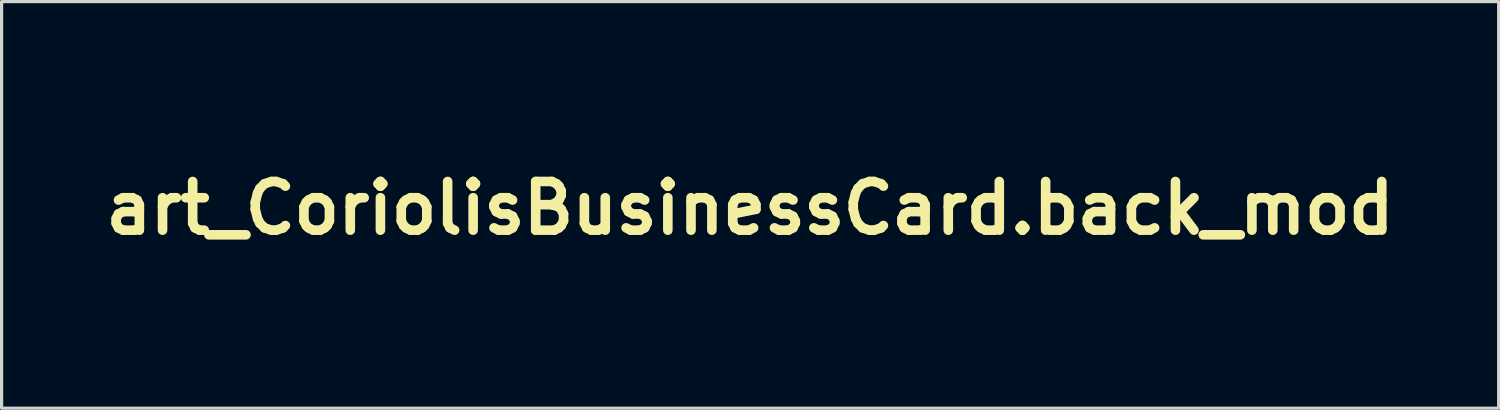
<source format=kicad_pcb>
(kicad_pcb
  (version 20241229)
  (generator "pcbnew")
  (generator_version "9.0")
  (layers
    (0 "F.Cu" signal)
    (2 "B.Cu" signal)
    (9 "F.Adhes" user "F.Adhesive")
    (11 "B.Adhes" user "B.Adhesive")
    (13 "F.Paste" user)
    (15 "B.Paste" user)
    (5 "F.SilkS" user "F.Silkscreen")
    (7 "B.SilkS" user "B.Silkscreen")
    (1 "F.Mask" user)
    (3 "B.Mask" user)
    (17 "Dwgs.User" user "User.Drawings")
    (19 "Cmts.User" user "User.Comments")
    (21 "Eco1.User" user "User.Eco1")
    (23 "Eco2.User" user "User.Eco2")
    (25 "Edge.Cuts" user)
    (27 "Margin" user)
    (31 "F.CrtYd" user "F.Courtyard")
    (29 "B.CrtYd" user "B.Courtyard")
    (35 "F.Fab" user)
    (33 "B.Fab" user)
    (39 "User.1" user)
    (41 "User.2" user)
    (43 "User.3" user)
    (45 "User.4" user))
  (footprint "art_CoriolisBusinessCard.back_mod"
    (layer "F.Cu")
    (at 20.436 3.467)
    (property "Reference" "art_CoriolisBusinessCard.back_mod" (at 0 0 0) (layer "F.SilkS") (effects (font (size 1.524 1.524) (thickness 0.3))))
    (attr through_hole)
    (fp_poly (pts (xy -14.498 1.024) (xy -14.455 1.049) (xy -14.429 1.082) (xy -14.415 1.125) (xy -14.413 1.172) (xy -14.423 1.213) (xy -14.424 1.216) (xy -14.453 1.248) (xy -14.494 1.27) (xy -14.541 1.279) (xy -14.588 1.274) (xy -14.62 1.26) (xy -14.655 1.228) (xy -14.674 1.187) (xy -14.679 1.144) (xy -14.677 1.114) (xy -14.667 1.091) (xy -14.646 1.066) (xy -14.638 1.057) (xy -14.61 1.032) (xy -14.586 1.02) (xy -14.558 1.016) (xy -14.553 1.016) (xy -14.498 1.024)) (stroke (width 0.01) (type solid)) (fill yes) (layer "F.Mask"))
    (fp_poly (pts (xy -12.9 -3.209) (xy -12.857 -3.185) (xy -12.831 -3.151) (xy -12.817 -3.108) (xy -12.815 -3.061) (xy -12.825 -3.021) (xy -12.826 -3.018) (xy -12.855 -2.985) (xy -12.896 -2.963) (xy -12.943 -2.954) (xy -12.99 -2.959) (xy -13.022 -2.973) (xy -13.057 -3.005) (xy -13.076 -3.046) (xy -13.081 -3.089) (xy -13.079 -3.119) (xy -13.069 -3.143) (xy -13.048 -3.168) (xy -13.04 -3.176) (xy -13.012 -3.201) (xy -12.988 -3.214) (xy -12.96 -3.217) (xy -12.955 -3.217) (xy -12.9 -3.209)) (stroke (width 0.01) (type solid)) (fill yes) (layer "F.Mask"))
    (fp_poly (pts (xy -10.529 -3.209) (xy -10.486 -3.185) (xy -10.46 -3.151) (xy -10.446 -3.108) (xy -10.444 -3.061) (xy -10.454 -3.021) (xy -10.456 -3.018) (xy -10.484 -2.985) (xy -10.525 -2.963) (xy -10.572 -2.954) (xy -10.619 -2.959) (xy -10.651 -2.973) (xy -10.687 -3.005) (xy -10.705 -3.046) (xy -10.71 -3.089) (xy -10.708 -3.119) (xy -10.698 -3.143) (xy -10.678 -3.168) (xy -10.669 -3.176) (xy -10.641 -3.201) (xy -10.618 -3.214) (xy -10.589 -3.217) (xy -10.584 -3.217) (xy -10.529 -3.209)) (stroke (width 0.01) (type solid)) (fill yes) (layer "F.Mask"))
    (fp_poly (pts (xy -8.307 -3.209) (xy -8.264 -3.185) (xy -8.238 -3.151) (xy -8.224 -3.108) (xy -8.222 -3.061) (xy -8.232 -3.021) (xy -8.233 -3.018) (xy -8.262 -2.985) (xy -8.303 -2.963) (xy -8.35 -2.954) (xy -8.397 -2.959) (xy -8.429 -2.973) (xy -8.464 -3.005) (xy -8.483 -3.046) (xy -8.487 -3.089) (xy -8.485 -3.119) (xy -8.476 -3.143) (xy -8.455 -3.168) (xy -8.447 -3.176) (xy -8.419 -3.201) (xy -8.395 -3.214) (xy -8.367 -3.217) (xy -8.362 -3.217) (xy -8.307 -3.209)) (stroke (width 0.01) (type solid)) (fill yes) (layer "F.Mask"))
    (fp_poly (pts (xy 0.329 1.024) (xy 0.372 1.049) (xy 0.398 1.082) (xy 0.412 1.125) (xy 0.414 1.172) (xy 0.404 1.213) (xy 0.403 1.216) (xy 0.374 1.248) (xy 0.333 1.27) (xy 0.286 1.279) (xy 0.239 1.274) (xy 0.207 1.26) (xy 0.172 1.228) (xy 0.153 1.187) (xy 0.149 1.144) (xy 0.151 1.114) (xy 0.16 1.091) (xy 0.181 1.066) (xy 0.189 1.057) (xy 0.217 1.032) (xy 0.241 1.02) (xy 0.269 1.016) (xy 0.274 1.016) (xy 0.329 1.024)) (stroke (width 0.01) (type solid)) (fill yes) (layer "F.Mask"))
    (fp_poly (pts (xy 2.71 1.024) (xy 2.753 1.049) (xy 2.779 1.082) (xy 2.794 1.125) (xy 2.796 1.172) (xy 2.786 1.213) (xy 2.784 1.216) (xy 2.756 1.248) (xy 2.714 1.27) (xy 2.667 1.279) (xy 2.62 1.274) (xy 2.588 1.26) (xy 2.553 1.228) (xy 2.534 1.187) (xy 2.53 1.144) (xy 2.532 1.114) (xy 2.541 1.091) (xy 2.562 1.066) (xy 2.571 1.057) (xy 2.598 1.032) (xy 2.622 1.02) (xy 2.65 1.016) (xy 2.656 1.016) (xy 2.71 1.024)) (stroke (width 0.01) (type solid)) (fill yes) (layer "F.Mask"))
    (fp_poly (pts (xy 4.308 1.024) (xy 4.351 1.049) (xy 4.377 1.082) (xy 4.392 1.125) (xy 4.394 1.172) (xy 4.384 1.213) (xy 4.382 1.216) (xy 4.354 1.248) (xy 4.313 1.27) (xy 4.265 1.279) (xy 4.218 1.274) (xy 4.186 1.26) (xy 4.151 1.228) (xy 4.133 1.187) (xy 4.128 1.144) (xy 4.13 1.114) (xy 4.139 1.091) (xy 4.16 1.066) (xy 4.169 1.057) (xy 4.197 1.032) (xy 4.22 1.02) (xy 4.248 1.016) (xy 4.254 1.016) (xy 4.308 1.024)) (stroke (width 0.01) (type solid)) (fill yes) (layer "F.Mask"))
    (fp_poly (pts (xy 10.627 -3.209) (xy 10.67 -3.185) (xy 10.696 -3.151) (xy 10.71 -3.108) (xy 10.712 -3.061) (xy 10.702 -3.021) (xy 10.701 -3.018) (xy 10.672 -2.985) (xy 10.631 -2.963) (xy 10.584 -2.954) (xy 10.537 -2.959) (xy 10.505 -2.973) (xy 10.469 -3.005) (xy 10.451 -3.046) (xy 10.446 -3.089) (xy 10.448 -3.119) (xy 10.458 -3.143) (xy 10.479 -3.168) (xy 10.487 -3.176) (xy 10.515 -3.201) (xy 10.539 -3.214) (xy 10.567 -3.217) (xy 10.572 -3.217) (xy 10.627 -3.209)) (stroke (width 0.01) (type solid)) (fill yes) (layer "F.Mask"))
    (fp_poly (pts (xy -9.365 2.358) (xy -9.321 2.383) (xy -9.292 2.421) (xy -9.278 2.47) (xy -9.278 2.482) (xy -9.287 2.533) (xy -9.313 2.574) (xy -9.354 2.601) (xy -9.407 2.614) (xy -9.42 2.614) (xy -9.449 2.611) (xy -9.473 2.601) (xy -9.5 2.578) (xy -9.505 2.573) (xy -9.53 2.546) (xy -9.542 2.523) (xy -9.546 2.495) (xy -9.546 2.482) (xy -9.544 2.45) (xy -9.535 2.426) (xy -9.516 2.402) (xy -9.505 2.391) (xy -9.477 2.365) (xy -9.453 2.353) (xy -9.425 2.35) (xy -9.42 2.349) (xy -9.365 2.358)) (stroke (width 0.01) (type solid)) (fill yes) (layer "F.Mask"))
    (fp_poly (pts (xy -8.92 -1.875) (xy -8.877 -1.851) (xy -8.847 -1.813) (xy -8.834 -1.763) (xy -8.834 -1.752) (xy -8.843 -1.7) (xy -8.869 -1.659) (xy -8.91 -1.632) (xy -8.963 -1.62) (xy -8.975 -1.619) (xy -9.005 -1.622) (xy -9.029 -1.633) (xy -9.056 -1.655) (xy -9.061 -1.66) (xy -9.085 -1.687) (xy -9.097 -1.71) (xy -9.101 -1.738) (xy -9.102 -1.752) (xy -9.1 -1.784) (xy -9.091 -1.807) (xy -9.071 -1.832) (xy -9.061 -1.843) (xy -9.033 -1.868) (xy -9.009 -1.88) (xy -8.981 -1.884) (xy -8.975 -1.884) (xy -8.92 -1.875)) (stroke (width 0.01) (type solid)) (fill yes) (layer "F.Mask"))
    (fp_poly (pts (xy 11.707 -1.875) (xy 11.75 -1.851) (xy 11.78 -1.813) (xy 11.793 -1.763) (xy 11.793 -1.752) (xy 11.784 -1.7) (xy 11.758 -1.659) (xy 11.717 -1.632) (xy 11.664 -1.62) (xy 11.652 -1.619) (xy 11.622 -1.622) (xy 11.598 -1.633) (xy 11.571 -1.655) (xy 11.566 -1.66) (xy 11.542 -1.687) (xy 11.529 -1.71) (xy 11.525 -1.738) (xy 11.525 -1.752) (xy 11.527 -1.784) (xy 11.536 -1.807) (xy 11.555 -1.832) (xy 11.566 -1.843) (xy 11.594 -1.868) (xy 11.618 -1.88) (xy 11.646 -1.884) (xy 11.652 -1.884) (xy 11.707 -1.875)) (stroke (width 0.01) (type solid)) (fill yes) (layer "F.Mask"))
    (fp_poly (pts (xy -14.498 1.554) (xy -14.461 1.58) (xy -14.438 1.622) (xy -14.436 1.628) (xy -14.433 1.649) (xy -14.431 1.689) (xy -14.429 1.748) (xy -14.427 1.822) (xy -14.426 1.911) (xy -14.425 2.013) (xy -14.425 2.08) (xy -14.425 2.188) (xy -14.426 2.285) (xy -14.428 2.368) (xy -14.429 2.437) (xy -14.432 2.488) (xy -14.434 2.521) (xy -14.436 2.532) (xy -14.457 2.574) (xy -14.491 2.602) (xy -14.533 2.614) (xy -14.58 2.608) (xy -14.612 2.593) (xy -14.644 2.562) (xy -14.657 2.533) (xy -14.66 2.511) (xy -14.663 2.472) (xy -14.665 2.417) (xy -14.666 2.35) (xy -14.667 2.273) (xy -14.668 2.19) (xy -14.668 2.103) (xy -14.668 2.016) (xy -14.668 1.93) (xy -14.667 1.85) (xy -14.666 1.777) (xy -14.664 1.715) (xy -14.662 1.667) (xy -14.659 1.636) (xy -14.657 1.628) (xy -14.636 1.584) (xy -14.6 1.556) (xy -14.553 1.545) (xy -14.547 1.545) (xy -14.498 1.554)) (stroke (width 0.01) (type solid)) (fill yes) (layer "F.Mask"))
    (fp_poly (pts (xy -12.9 -2.679) (xy -12.863 -2.653) (xy -12.84 -2.611) (xy -12.838 -2.606) (xy -12.835 -2.585) (xy -12.833 -2.544) (xy -12.831 -2.486) (xy -12.829 -2.411) (xy -12.828 -2.322) (xy -12.827 -2.221) (xy -12.827 -2.154) (xy -12.827 -2.045) (xy -12.828 -1.949) (xy -12.83 -1.865) (xy -12.831 -1.797) (xy -12.834 -1.745) (xy -12.836 -1.712) (xy -12.838 -1.702) (xy -12.859 -1.66) (xy -12.893 -1.632) (xy -12.935 -1.62) (xy -12.982 -1.625) (xy -13.014 -1.64) (xy -13.046 -1.671) (xy -13.059 -1.701) (xy -13.062 -1.722) (xy -13.064 -1.761) (xy -13.066 -1.816) (xy -13.068 -1.883) (xy -13.069 -1.96) (xy -13.07 -2.043) (xy -13.07 -2.13) (xy -13.07 -2.218) (xy -13.07 -2.303) (xy -13.069 -2.384) (xy -13.068 -2.456) (xy -13.066 -2.518) (xy -13.064 -2.566) (xy -13.061 -2.597) (xy -13.059 -2.606) (xy -13.038 -2.649) (xy -13.002 -2.677) (xy -12.955 -2.688) (xy -12.949 -2.688) (xy -12.9 -2.679)) (stroke (width 0.01) (type solid)) (fill yes) (layer "F.Mask"))
    (fp_poly (pts (xy -10.529 -2.679) (xy -10.492 -2.653) (xy -10.469 -2.611) (xy -10.467 -2.606) (xy -10.465 -2.585) (xy -10.462 -2.544) (xy -10.46 -2.486) (xy -10.458 -2.411) (xy -10.457 -2.322) (xy -10.457 -2.221) (xy -10.456 -2.154) (xy -10.457 -2.045) (xy -10.458 -1.949) (xy -10.459 -1.865) (xy -10.461 -1.797) (xy -10.463 -1.745) (xy -10.466 -1.712) (xy -10.467 -1.702) (xy -10.489 -1.66) (xy -10.522 -1.632) (xy -10.565 -1.62) (xy -10.611 -1.625) (xy -10.644 -1.64) (xy -10.676 -1.671) (xy -10.688 -1.701) (xy -10.691 -1.722) (xy -10.694 -1.761) (xy -10.696 -1.816) (xy -10.697 -1.883) (xy -10.699 -1.96) (xy -10.699 -2.043) (xy -10.7 -2.13) (xy -10.7 -2.218) (xy -10.699 -2.303) (xy -10.698 -2.384) (xy -10.697 -2.456) (xy -10.695 -2.518) (xy -10.693 -2.566) (xy -10.69 -2.597) (xy -10.689 -2.606) (xy -10.667 -2.649) (xy -10.632 -2.677) (xy -10.584 -2.688) (xy -10.578 -2.688) (xy -10.529 -2.679)) (stroke (width 0.01) (type solid)) (fill yes) (layer "F.Mask"))
    (fp_poly (pts (xy -8.307 -2.679) (xy -8.27 -2.653) (xy -8.247 -2.611) (xy -8.245 -2.606) (xy -8.242 -2.585) (xy -8.24 -2.544) (xy -8.237 -2.486) (xy -8.236 -2.411) (xy -8.235 -2.322) (xy -8.234 -2.221) (xy -8.234 -2.154) (xy -8.234 -2.045) (xy -8.235 -1.949) (xy -8.236 -1.865) (xy -8.238 -1.797) (xy -8.24 -1.745) (xy -8.243 -1.712) (xy -8.245 -1.702) (xy -8.266 -1.66) (xy -8.3 -1.632) (xy -8.342 -1.62) (xy -8.388 -1.625) (xy -8.421 -1.64) (xy -8.453 -1.671) (xy -8.466 -1.701) (xy -8.469 -1.722) (xy -8.471 -1.761) (xy -8.473 -1.816) (xy -8.475 -1.883) (xy -8.476 -1.96) (xy -8.477 -2.043) (xy -8.477 -2.13) (xy -8.477 -2.218) (xy -8.477 -2.303) (xy -8.476 -2.384) (xy -8.474 -2.456) (xy -8.473 -2.518) (xy -8.47 -2.566) (xy -8.468 -2.597) (xy -8.466 -2.606) (xy -8.445 -2.649) (xy -8.409 -2.677) (xy -8.362 -2.688) (xy -8.356 -2.688) (xy -8.307 -2.679)) (stroke (width 0.01) (type solid)) (fill yes) (layer "F.Mask"))
    (fp_poly (pts (xy 0.329 1.554) (xy 0.366 1.58) (xy 0.389 1.622) (xy 0.391 1.628) (xy 0.394 1.649) (xy 0.396 1.689) (xy 0.399 1.748) (xy 0.4 1.822) (xy 0.401 1.911) (xy 0.402 2.013) (xy 0.402 2.08) (xy 0.402 2.188) (xy 0.401 2.285) (xy 0.4 2.368) (xy 0.398 2.437) (xy 0.396 2.488) (xy 0.393 2.521) (xy 0.391 2.532) (xy 0.37 2.574) (xy 0.336 2.602) (xy 0.294 2.614) (xy 0.248 2.608) (xy 0.215 2.593) (xy 0.183 2.562) (xy 0.17 2.533) (xy 0.167 2.511) (xy 0.165 2.472) (xy 0.163 2.417) (xy 0.161 2.35) (xy 0.16 2.273) (xy 0.159 2.19) (xy 0.159 2.103) (xy 0.159 2.016) (xy 0.159 1.93) (xy 0.16 1.85) (xy 0.162 1.777) (xy 0.163 1.715) (xy 0.166 1.667) (xy 0.168 1.636) (xy 0.17 1.628) (xy 0.191 1.584) (xy 0.227 1.556) (xy 0.274 1.545) (xy 0.28 1.545) (xy 0.329 1.554)) (stroke (width 0.01) (type solid)) (fill yes) (layer "F.Mask"))
    (fp_poly (pts (xy 2.711 1.554) (xy 2.747 1.58) (xy 2.771 1.622) (xy 2.772 1.628) (xy 2.775 1.649) (xy 2.778 1.689) (xy 2.78 1.748) (xy 2.781 1.822) (xy 2.783 1.911) (xy 2.783 2.013) (xy 2.783 2.08) (xy 2.783 2.188) (xy 2.782 2.285) (xy 2.781 2.368) (xy 2.779 2.437) (xy 2.777 2.488) (xy 2.774 2.521) (xy 2.772 2.532) (xy 2.751 2.574) (xy 2.717 2.602) (xy 2.675 2.614) (xy 2.629 2.608) (xy 2.596 2.593) (xy 2.564 2.562) (xy 2.551 2.533) (xy 2.548 2.511) (xy 2.546 2.472) (xy 2.544 2.417) (xy 2.542 2.35) (xy 2.541 2.273) (xy 2.54 2.19) (xy 2.54 2.103) (xy 2.54 2.016) (xy 2.541 1.93) (xy 2.542 1.85) (xy 2.543 1.777) (xy 2.545 1.715) (xy 2.547 1.667) (xy 2.549 1.636) (xy 2.551 1.628) (xy 2.573 1.584) (xy 2.608 1.556) (xy 2.656 1.545) (xy 2.662 1.545) (xy 2.711 1.554)) (stroke (width 0.01) (type solid)) (fill yes) (layer "F.Mask"))
    (fp_poly (pts (xy 4.309 1.554) (xy 4.346 1.58) (xy 4.369 1.622) (xy 4.37 1.628) (xy 4.373 1.649) (xy 4.376 1.689) (xy 4.378 1.748) (xy 4.38 1.822) (xy 4.381 1.911) (xy 4.381 2.013) (xy 4.381 2.08) (xy 4.381 2.188) (xy 4.38 2.285) (xy 4.379 2.368) (xy 4.377 2.437) (xy 4.375 2.488) (xy 4.372 2.521) (xy 4.37 2.532) (xy 4.349 2.574) (xy 4.315 2.602) (xy 4.273 2.614) (xy 4.227 2.608) (xy 4.194 2.593) (xy 4.162 2.562) (xy 4.149 2.533) (xy 4.147 2.511) (xy 4.144 2.472) (xy 4.142 2.417) (xy 4.14 2.35) (xy 4.139 2.273) (xy 4.138 2.19) (xy 4.138 2.103) (xy 4.138 2.016) (xy 4.139 1.93) (xy 4.14 1.85) (xy 4.141 1.777) (xy 4.143 1.715) (xy 4.145 1.667) (xy 4.148 1.636) (xy 4.149 1.628) (xy 4.171 1.584) (xy 4.206 1.556) (xy 4.254 1.545) (xy 4.26 1.545) (xy 4.309 1.554)) (stroke (width 0.01) (type solid)) (fill yes) (layer "F.Mask"))
    (fp_poly (pts (xy 10.627 -2.679) (xy 10.664 -2.653) (xy 10.687 -2.611) (xy 10.689 -2.606) (xy 10.692 -2.585) (xy 10.694 -2.544) (xy 10.696 -2.486) (xy 10.698 -2.411) (xy 10.699 -2.322) (xy 10.7 -2.221) (xy 10.7 -2.154) (xy 10.699 -2.045) (xy 10.699 -1.949) (xy 10.697 -1.865) (xy 10.695 -1.797) (xy 10.693 -1.745) (xy 10.691 -1.712) (xy 10.689 -1.702) (xy 10.667 -1.66) (xy 10.634 -1.632) (xy 10.591 -1.62) (xy 10.545 -1.625) (xy 10.513 -1.64) (xy 10.481 -1.671) (xy 10.468 -1.701) (xy 10.465 -1.722) (xy 10.462 -1.761) (xy 10.46 -1.816) (xy 10.459 -1.883) (xy 10.457 -1.96) (xy 10.457 -2.043) (xy 10.456 -2.13) (xy 10.456 -2.218) (xy 10.457 -2.303) (xy 10.458 -2.384) (xy 10.459 -2.456) (xy 10.461 -2.518) (xy 10.463 -2.566) (xy 10.466 -2.597) (xy 10.467 -2.606) (xy 10.489 -2.649) (xy 10.524 -2.677) (xy 10.572 -2.688) (xy 10.578 -2.688) (xy 10.627 -2.679)) (stroke (width 0.01) (type solid)) (fill yes) (layer "F.Mask"))
    (fp_poly (pts (xy -11.086 -3.45) (xy -11.057 -3.43) (xy -11.023 -3.399) (xy -11.02 -2.561) (xy -11.019 -2.403) (xy -11.019 -2.265) (xy -11.018 -2.145) (xy -11.019 -2.043) (xy -11.019 -1.956) (xy -11.02 -1.883) (xy -11.022 -1.823) (xy -11.024 -1.775) (xy -11.027 -1.736) (xy -11.031 -1.707) (xy -11.036 -1.685) (xy -11.042 -1.669) (xy -11.049 -1.658) (xy -11.057 -1.65) (xy -11.067 -1.645) (xy -11.079 -1.639) (xy -11.086 -1.636) (xy -11.118 -1.623) (xy -11.144 -1.621) (xy -11.174 -1.631) (xy -11.183 -1.634) (xy -11.195 -1.639) (xy -11.205 -1.644) (xy -11.214 -1.649) (xy -11.222 -1.656) (xy -11.229 -1.667) (xy -11.234 -1.683) (xy -11.239 -1.706) (xy -11.242 -1.736) (xy -11.245 -1.775) (xy -11.247 -1.825) (xy -11.248 -1.887) (xy -11.249 -1.961) (xy -11.25 -2.051) (xy -11.25 -2.156) (xy -11.25 -2.279) (xy -11.25 -2.421) (xy -11.25 -2.543) (xy -11.25 -3.389) (xy -11.214 -3.425) (xy -11.173 -3.454) (xy -11.129 -3.462) (xy -11.086 -3.45)) (stroke (width 0.01) (type solid)) (fill yes) (layer "F.Mask"))
    (fp_poly (pts (xy 2.154 0.783) (xy 2.183 0.803) (xy 2.217 0.834) (xy 2.22 1.672) (xy 2.221 1.83) (xy 2.221 1.968) (xy 2.221 2.088) (xy 2.221 2.191) (xy 2.221 2.278) (xy 2.22 2.351) (xy 2.218 2.41) (xy 2.216 2.459) (xy 2.213 2.497) (xy 2.209 2.526) (xy 2.204 2.548) (xy 2.198 2.564) (xy 2.191 2.575) (xy 2.182 2.583) (xy 2.173 2.589) (xy 2.161 2.594) (xy 2.154 2.597) (xy 2.122 2.61) (xy 2.096 2.612) (xy 2.066 2.603) (xy 2.057 2.599) (xy 2.045 2.594) (xy 2.035 2.59) (xy 2.026 2.584) (xy 2.018 2.577) (xy 2.011 2.566) (xy 2.006 2.55) (xy 2.001 2.527) (xy 1.998 2.497) (xy 1.995 2.458) (xy 1.993 2.408) (xy 1.991 2.347) (xy 1.99 2.272) (xy 1.99 2.183) (xy 1.99 2.077) (xy 1.99 1.954) (xy 1.99 1.813) (xy 1.99 1.69) (xy 1.99 0.845) (xy 2.026 0.809) (xy 2.067 0.779) (xy 2.11 0.771) (xy 2.154 0.783)) (stroke (width 0.01) (type solid)) (fill yes) (layer "F.Mask"))
    (fp_poly (pts (xy 11.15 -3.45) (xy 11.178 -3.43) (xy 11.213 -3.399) (xy 11.216 -2.561) (xy 11.216 -2.403) (xy 11.217 -2.265) (xy 11.217 -2.145) (xy 11.217 -2.043) (xy 11.217 -1.956) (xy 11.216 -1.883) (xy 11.214 -1.823) (xy 11.212 -1.775) (xy 11.209 -1.736) (xy 11.205 -1.707) (xy 11.2 -1.685) (xy 11.194 -1.669) (xy 11.187 -1.658) (xy 11.178 -1.65) (xy 11.168 -1.645) (xy 11.157 -1.639) (xy 11.15 -1.636) (xy 11.117 -1.623) (xy 11.092 -1.621) (xy 11.062 -1.631) (xy 11.053 -1.634) (xy 11.041 -1.639) (xy 11.03 -1.644) (xy 11.021 -1.649) (xy 11.014 -1.656) (xy 11.007 -1.667) (xy 11.002 -1.683) (xy 10.997 -1.706) (xy 10.993 -1.736) (xy 10.991 -1.775) (xy 10.989 -1.825) (xy 10.987 -1.887) (xy 10.986 -1.961) (xy 10.986 -2.051) (xy 10.986 -2.156) (xy 10.985 -2.279) (xy 10.985 -2.421) (xy 10.986 -2.543) (xy 10.986 -3.389) (xy 11.021 -3.425) (xy 11.063 -3.454) (xy 11.106 -3.462) (xy 11.15 -3.45)) (stroke (width 0.01) (type solid)) (fill yes) (layer "F.Mask"))
    (fp_poly (pts (xy -3.582 0.783) (xy -3.548 0.808) (xy -3.525 0.845) (xy -3.518 0.873) (xy -3.517 0.882) (xy -3.518 0.892) (xy -3.522 0.905) (xy -3.528 0.922) (xy -3.537 0.945) (xy -3.55 0.974) (xy -3.568 1.011) (xy -3.591 1.057) (xy -3.62 1.114) (xy -3.656 1.182) (xy -3.698 1.263) (xy -3.748 1.358) (xy -3.807 1.469) (xy -3.874 1.596) (xy -3.93 1.7) (xy -3.994 1.821) (xy -4.056 1.938) (xy -4.115 2.048) (xy -4.17 2.151) (xy -4.22 2.246) (xy -4.265 2.329) (xy -4.303 2.401) (xy -4.334 2.46) (xy -4.358 2.504) (xy -4.372 2.531) (xy -4.376 2.539) (xy -4.407 2.582) (xy -4.44 2.608) (xy -4.478 2.622) (xy -4.511 2.621) (xy -4.546 2.605) (xy -4.548 2.604) (xy -4.583 2.575) (xy -4.601 2.538) (xy -4.604 2.507) (xy -4.599 2.492) (xy -4.585 2.46) (xy -4.562 2.413) (xy -4.532 2.352) (xy -4.496 2.279) (xy -4.453 2.196) (xy -4.406 2.104) (xy -4.355 2.005) (xy -4.301 1.901) (xy -4.244 1.793) (xy -4.186 1.683) (xy -4.128 1.572) (xy -4.07 1.463) (xy -4.013 1.356) (xy -3.958 1.255) (xy -3.907 1.159) (xy -3.859 1.071) (xy -3.816 0.993) (xy -3.778 0.925) (xy -3.747 0.871) (xy -3.724 0.831) (xy -3.708 0.807) (xy -3.704 0.802) (xy -3.665 0.778) (xy -3.623 0.772) (xy -3.582 0.783)) (stroke (width 0.01) (type solid)) (fill yes) (layer "F.Mask"))
    (fp_poly (pts (xy -13.141 0.781) (xy -13.105 0.809) (xy -13.086 0.836) (xy -13.082 0.848) (xy -13.078 0.865) (xy -13.076 0.891) (xy -13.074 0.926) (xy -13.072 0.974) (xy -13.071 1.036) (xy -13.071 1.115) (xy -13.07 1.212) (xy -13.07 1.231) (xy -13.07 1.596) (xy -12.999 1.571) (xy -12.906 1.549) (xy -12.814 1.546) (xy -12.724 1.562) (xy -12.639 1.595) (xy -12.562 1.644) (xy -12.495 1.707) (xy -12.442 1.784) (xy -12.412 1.852) (xy -12.405 1.873) (xy -12.4 1.893) (xy -12.395 1.914) (xy -12.392 1.941) (xy -12.39 1.975) (xy -12.389 2.019) (xy -12.388 2.076) (xy -12.388 2.149) (xy -12.388 2.237) (xy -12.388 2.552) (xy -12.422 2.583) (xy -12.465 2.61) (xy -12.509 2.615) (xy -12.552 2.6) (xy -12.579 2.578) (xy -12.615 2.542) (xy -12.615 2.258) (xy -12.616 2.178) (xy -12.617 2.102) (xy -12.619 2.032) (xy -12.621 1.974) (xy -12.624 1.929) (xy -12.626 1.905) (xy -12.645 1.828) (xy -12.674 1.758) (xy -12.711 1.7) (xy -12.754 1.656) (xy -12.801 1.63) (xy -12.805 1.629) (xy -12.852 1.623) (xy -12.908 1.628) (xy -12.967 1.642) (xy -13.019 1.664) (xy -13.024 1.667) (xy -13.07 1.694) (xy -13.073 2.123) (xy -13.076 2.552) (xy -13.11 2.583) (xy -13.153 2.61) (xy -13.197 2.615) (xy -13.24 2.6) (xy -13.267 2.578) (xy -13.303 2.542) (xy -13.303 0.845) (xy -13.267 0.809) (xy -13.226 0.78) (xy -13.183 0.771) (xy -13.141 0.781)) (stroke (width 0.01) (type solid)) (fill yes) (layer "F.Mask"))
    (fp_poly (pts (xy -13.826 -2.681) (xy -13.798 -2.665) (xy -13.771 -2.643) (xy -13.753 -2.621) (xy -13.748 -2.608) (xy -13.742 -2.602) (xy -13.723 -2.608) (xy -13.692 -2.624) (xy -13.603 -2.663) (xy -13.504 -2.683) (xy -13.418 -2.686) (xy -13.33 -2.683) (xy -13.326 -2.648) (xy -13.328 -2.622) (xy -13.337 -2.613) (xy -13.354 -2.612) (xy -13.385 -2.611) (xy -13.425 -2.61) (xy -13.426 -2.61) (xy -13.495 -2.602) (xy -13.553 -2.578) (xy -13.604 -2.537) (xy -13.647 -2.482) (xy -13.67 -2.447) (xy -13.688 -2.416) (xy -13.702 -2.385) (xy -13.713 -2.351) (xy -13.721 -2.312) (xy -13.726 -2.264) (xy -13.73 -2.204) (xy -13.733 -2.13) (xy -13.736 -2.039) (xy -13.736 -2.006) (xy -13.739 -1.905) (xy -13.742 -1.825) (xy -13.745 -1.763) (xy -13.749 -1.72) (xy -13.753 -1.694) (xy -13.756 -1.686) (xy -13.786 -1.65) (xy -13.824 -1.627) (xy -13.866 -1.619) (xy -13.906 -1.626) (xy -13.933 -1.644) (xy -13.944 -1.657) (xy -13.953 -1.672) (xy -13.961 -1.69) (xy -13.967 -1.714) (xy -13.972 -1.746) (xy -13.975 -1.788) (xy -13.978 -1.842) (xy -13.979 -1.909) (xy -13.98 -1.993) (xy -13.98 -2.094) (xy -13.981 -2.167) (xy -13.98 -2.28) (xy -13.98 -2.374) (xy -13.979 -2.45) (xy -13.977 -2.511) (xy -13.974 -2.559) (xy -13.97 -2.595) (xy -13.964 -2.621) (xy -13.956 -2.64) (xy -13.946 -2.653) (xy -13.934 -2.663) (xy -13.919 -2.67) (xy -13.913 -2.673) (xy -13.88 -2.683) (xy -13.851 -2.688) (xy -13.849 -2.688) (xy -13.826 -2.681)) (stroke (width 0.01) (type solid)) (fill yes) (layer "F.Mask"))
    (fp_poly (pts (xy -7.383 -2.676) (xy -7.297 -2.646) (xy -7.218 -2.599) (xy -7.148 -2.537) (xy -7.091 -2.459) (xy -7.072 -2.426) (xy -7.033 -2.345) (xy -7.029 -2.019) (xy -7.026 -1.693) (xy -7.063 -1.656) (xy -7.104 -1.626) (xy -7.148 -1.618) (xy -7.191 -1.63) (xy -7.22 -1.65) (xy -7.255 -1.681) (xy -7.261 -2.023) (xy -7.262 -2.118) (xy -7.264 -2.194) (xy -7.266 -2.255) (xy -7.268 -2.301) (xy -7.27 -2.337) (xy -7.273 -2.365) (xy -7.277 -2.386) (xy -7.283 -2.404) (xy -7.289 -2.422) (xy -7.29 -2.425) (xy -7.327 -2.501) (xy -7.371 -2.557) (xy -7.422 -2.593) (xy -7.481 -2.61) (xy -7.547 -2.607) (xy -7.622 -2.584) (xy -7.65 -2.572) (xy -7.715 -2.541) (xy -7.715 -2.123) (xy -7.715 -2.006) (xy -7.716 -1.908) (xy -7.717 -1.83) (xy -7.719 -1.769) (xy -7.721 -1.724) (xy -7.724 -1.694) (xy -7.728 -1.678) (xy -7.728 -1.677) (xy -7.753 -1.644) (xy -7.79 -1.625) (xy -7.833 -1.62) (xy -7.876 -1.63) (xy -7.908 -1.65) (xy -7.943 -1.681) (xy -7.945 -2.14) (xy -7.946 -2.257) (xy -7.946 -2.356) (xy -7.946 -2.436) (xy -7.945 -2.5) (xy -7.943 -2.549) (xy -7.941 -2.585) (xy -7.939 -2.609) (xy -7.936 -2.623) (xy -7.935 -2.625) (xy -7.917 -2.646) (xy -7.889 -2.667) (xy -7.881 -2.671) (xy -7.834 -2.684) (xy -7.789 -2.679) (xy -7.751 -2.655) (xy -7.748 -2.652) (xy -7.725 -2.628) (xy -7.659 -2.654) (xy -7.567 -2.681) (xy -7.474 -2.688) (xy -7.383 -2.676)) (stroke (width 0.01) (type solid)) (fill yes) (layer "F.Mask"))
    (fp_poly (pts (xy -4.724 -2.681) (xy -4.696 -2.665) (xy -4.67 -2.643) (xy -4.651 -2.621) (xy -4.646 -2.608) (xy -4.64 -2.602) (xy -4.621 -2.608) (xy -4.59 -2.624) (xy -4.501 -2.663) (xy -4.403 -2.683) (xy -4.316 -2.686) (xy -4.228 -2.683) (xy -4.225 -2.648) (xy -4.226 -2.622) (xy -4.235 -2.613) (xy -4.252 -2.612) (xy -4.284 -2.611) (xy -4.323 -2.61) (xy -4.324 -2.61) (xy -4.393 -2.602) (xy -4.451 -2.578) (xy -4.502 -2.537) (xy -4.546 -2.482) (xy -4.568 -2.447) (xy -4.586 -2.416) (xy -4.6 -2.385) (xy -4.611 -2.351) (xy -4.619 -2.312) (xy -4.625 -2.264) (xy -4.629 -2.204) (xy -4.632 -2.13) (xy -4.634 -2.039) (xy -4.635 -2.006) (xy -4.637 -1.905) (xy -4.64 -1.825) (xy -4.643 -1.763) (xy -4.647 -1.72) (xy -4.651 -1.694) (xy -4.654 -1.686) (xy -4.684 -1.65) (xy -4.723 -1.627) (xy -4.764 -1.619) (xy -4.804 -1.626) (xy -4.831 -1.644) (xy -4.842 -1.657) (xy -4.852 -1.672) (xy -4.859 -1.69) (xy -4.866 -1.714) (xy -4.87 -1.746) (xy -4.874 -1.788) (xy -4.876 -1.842) (xy -4.878 -1.909) (xy -4.878 -1.993) (xy -4.879 -2.094) (xy -4.879 -2.167) (xy -4.879 -2.28) (xy -4.878 -2.374) (xy -4.877 -2.45) (xy -4.876 -2.511) (xy -4.873 -2.559) (xy -4.868 -2.595) (xy -4.862 -2.621) (xy -4.855 -2.64) (xy -4.845 -2.653) (xy -4.832 -2.663) (xy -4.817 -2.67) (xy -4.811 -2.673) (xy -4.779 -2.683) (xy -4.75 -2.688) (xy -4.747 -2.688) (xy -4.724 -2.681)) (stroke (width 0.01) (type solid)) (fill yes) (layer "F.Mask"))
    (fp_poly (pts (xy -0.597 1.552) (xy -0.569 1.569) (xy -0.542 1.591) (xy -0.523 1.613) (xy -0.519 1.626) (xy -0.513 1.631) (xy -0.494 1.625) (xy -0.463 1.609) (xy -0.373 1.57) (xy -0.275 1.55) (xy -0.189 1.547) (xy -0.101 1.55) (xy -0.097 1.585) (xy -0.099 1.612) (xy -0.108 1.621) (xy -0.125 1.621) (xy -0.156 1.622) (xy -0.196 1.623) (xy -0.197 1.623) (xy -0.265 1.632) (xy -0.323 1.655) (xy -0.374 1.696) (xy -0.418 1.752) (xy -0.441 1.786) (xy -0.459 1.817) (xy -0.473 1.848) (xy -0.484 1.882) (xy -0.491 1.922) (xy -0.497 1.97) (xy -0.501 2.029) (xy -0.504 2.103) (xy -0.507 2.194) (xy -0.507 2.228) (xy -0.51 2.328) (xy -0.512 2.409) (xy -0.516 2.47) (xy -0.519 2.513) (xy -0.524 2.539) (xy -0.526 2.547) (xy -0.557 2.583) (xy -0.595 2.606) (xy -0.637 2.615) (xy -0.677 2.607) (xy -0.703 2.589) (xy -0.715 2.576) (xy -0.724 2.562) (xy -0.732 2.543) (xy -0.738 2.519) (xy -0.743 2.487) (xy -0.746 2.445) (xy -0.749 2.392) (xy -0.75 2.324) (xy -0.751 2.24) (xy -0.751 2.139) (xy -0.751 2.066) (xy -0.751 1.953) (xy -0.751 1.859) (xy -0.75 1.783) (xy -0.748 1.722) (xy -0.745 1.675) (xy -0.741 1.639) (xy -0.735 1.612) (xy -0.727 1.593) (xy -0.717 1.58) (xy -0.705 1.571) (xy -0.69 1.563) (xy -0.683 1.561) (xy -0.651 1.55) (xy -0.622 1.545) (xy -0.62 1.545) (xy -0.597 1.552)) (stroke (width 0.01) (type solid)) (fill yes) (layer "F.Mask"))
    (fp_poly (pts (xy 1.052 -2.676) (xy 1.138 -2.646) (xy 1.217 -2.599) (xy 1.287 -2.537) (xy 1.344 -2.459) (xy 1.363 -2.426) (xy 1.402 -2.345) (xy 1.406 -2.019) (xy 1.409 -1.693) (xy 1.372 -1.656) (xy 1.331 -1.626) (xy 1.287 -1.618) (xy 1.244 -1.63) (xy 1.215 -1.65) (xy 1.18 -1.681) (xy 1.174 -2.023) (xy 1.173 -2.118) (xy 1.171 -2.194) (xy 1.169 -2.255) (xy 1.167 -2.301) (xy 1.165 -2.337) (xy 1.162 -2.365) (xy 1.157 -2.386) (xy 1.152 -2.404) (xy 1.146 -2.422) (xy 1.145 -2.425) (xy 1.108 -2.501) (xy 1.064 -2.557) (xy 1.013 -2.593) (xy 0.954 -2.61) (xy 0.888 -2.607) (xy 0.813 -2.584) (xy 0.785 -2.572) (xy 0.72 -2.541) (xy 0.72 -2.123) (xy 0.719 -2.006) (xy 0.719 -1.908) (xy 0.718 -1.83) (xy 0.716 -1.769) (xy 0.714 -1.724) (xy 0.711 -1.694) (xy 0.707 -1.678) (xy 0.707 -1.677) (xy 0.682 -1.644) (xy 0.645 -1.625) (xy 0.602 -1.62) (xy 0.559 -1.63) (xy 0.527 -1.65) (xy 0.492 -1.681) (xy 0.489 -2.14) (xy 0.489 -2.257) (xy 0.489 -2.356) (xy 0.489 -2.436) (xy 0.49 -2.5) (xy 0.491 -2.549) (xy 0.493 -2.585) (xy 0.496 -2.609) (xy 0.499 -2.623) (xy 0.5 -2.625) (xy 0.518 -2.646) (xy 0.546 -2.667) (xy 0.554 -2.671) (xy 0.601 -2.684) (xy 0.646 -2.679) (xy 0.684 -2.655) (xy 0.687 -2.652) (xy 0.71 -2.628) (xy 0.776 -2.654) (xy 0.868 -2.681) (xy 0.961 -2.688) (xy 1.052 -2.676)) (stroke (width 0.01) (type solid)) (fill yes) (layer "F.Mask"))
    (fp_poly (pts (xy 5.232 1.558) (xy 5.318 1.587) (xy 5.398 1.634) (xy 5.467 1.697) (xy 5.525 1.774) (xy 5.543 1.807) (xy 5.583 1.888) (xy 5.586 2.214) (xy 5.589 2.541) (xy 5.553 2.577) (xy 5.511 2.607) (xy 5.468 2.616) (xy 5.424 2.604) (xy 5.395 2.583) (xy 5.36 2.552) (xy 5.355 2.21) (xy 5.353 2.115) (xy 5.351 2.039) (xy 5.35 1.979) (xy 5.348 1.932) (xy 5.345 1.896) (xy 5.342 1.869) (xy 5.338 1.847) (xy 5.333 1.829) (xy 5.327 1.812) (xy 5.325 1.808) (xy 5.288 1.732) (xy 5.244 1.676) (xy 5.193 1.64) (xy 5.134 1.624) (xy 5.068 1.627) (xy 4.993 1.649) (xy 4.965 1.662) (xy 4.9 1.692) (xy 4.9 2.11) (xy 4.9 2.228) (xy 4.899 2.325) (xy 4.898 2.403) (xy 4.896 2.465) (xy 4.894 2.509) (xy 4.891 2.539) (xy 4.888 2.555) (xy 4.887 2.556) (xy 4.862 2.589) (xy 4.825 2.608) (xy 4.782 2.613) (xy 4.739 2.604) (xy 4.707 2.583) (xy 4.673 2.552) (xy 4.67 2.094) (xy 4.669 1.976) (xy 4.669 1.878) (xy 4.67 1.797) (xy 4.67 1.733) (xy 4.672 1.684) (xy 4.674 1.649) (xy 4.676 1.625) (xy 4.68 1.611) (xy 4.681 1.609) (xy 4.699 1.587) (xy 4.727 1.566) (xy 4.734 1.563) (xy 4.782 1.549) (xy 4.827 1.554) (xy 4.865 1.578) (xy 4.867 1.581) (xy 4.89 1.606) (xy 4.956 1.579) (xy 5.048 1.552) (xy 5.141 1.546) (xy 5.232 1.558)) (stroke (width 0.01) (type solid)) (fill yes) (layer "F.Mask"))
    (fp_poly (pts (xy 7.891 1.552) (xy 7.919 1.569) (xy 7.946 1.591) (xy 7.964 1.613) (xy 7.969 1.626) (xy 7.975 1.631) (xy 7.994 1.625) (xy 8.025 1.609) (xy 8.114 1.57) (xy 8.213 1.55) (xy 8.299 1.547) (xy 8.387 1.55) (xy 8.391 1.585) (xy 8.389 1.612) (xy 8.38 1.621) (xy 8.363 1.621) (xy 8.332 1.622) (xy 8.292 1.623) (xy 8.291 1.623) (xy 8.222 1.632) (xy 8.164 1.655) (xy 8.113 1.696) (xy 8.07 1.752) (xy 8.047 1.786) (xy 8.029 1.817) (xy 8.015 1.848) (xy 8.004 1.882) (xy 7.996 1.922) (xy 7.991 1.97) (xy 7.987 2.029) (xy 7.984 2.103) (xy 7.981 2.194) (xy 7.981 2.228) (xy 7.978 2.328) (xy 7.975 2.409) (xy 7.972 2.47) (xy 7.968 2.513) (xy 7.964 2.539) (xy 7.961 2.547) (xy 7.931 2.583) (xy 7.893 2.606) (xy 7.851 2.615) (xy 7.811 2.607) (xy 7.784 2.589) (xy 7.773 2.576) (xy 7.764 2.562) (xy 7.756 2.543) (xy 7.75 2.519) (xy 7.745 2.487) (xy 7.742 2.445) (xy 7.739 2.392) (xy 7.738 2.324) (xy 7.737 2.24) (xy 7.737 2.139) (xy 7.736 2.066) (xy 7.737 1.953) (xy 7.737 1.859) (xy 7.738 1.783) (xy 7.74 1.722) (xy 7.743 1.675) (xy 7.747 1.639) (xy 7.753 1.612) (xy 7.761 1.593) (xy 7.771 1.58) (xy 7.783 1.571) (xy 7.798 1.563) (xy 7.804 1.561) (xy 7.837 1.55) (xy 7.866 1.545) (xy 7.868 1.545) (xy 7.891 1.552)) (stroke (width 0.01) (type solid)) (fill yes) (layer "F.Mask"))
    (fp_poly (pts (xy 13.667 1.558) (xy 13.753 1.587) (xy 13.833 1.634) (xy 13.902 1.697) (xy 13.96 1.774) (xy 13.978 1.807) (xy 14.018 1.888) (xy 14.021 2.214) (xy 14.024 2.541) (xy 13.988 2.577) (xy 13.946 2.607) (xy 13.903 2.616) (xy 13.859 2.604) (xy 13.83 2.583) (xy 13.795 2.552) (xy 13.79 2.21) (xy 13.788 2.115) (xy 13.786 2.039) (xy 13.785 1.979) (xy 13.783 1.932) (xy 13.78 1.896) (xy 13.777 1.869) (xy 13.773 1.847) (xy 13.768 1.829) (xy 13.761 1.812) (xy 13.76 1.808) (xy 13.723 1.732) (xy 13.679 1.676) (xy 13.628 1.64) (xy 13.569 1.624) (xy 13.503 1.627) (xy 13.428 1.649) (xy 13.4 1.662) (xy 13.335 1.692) (xy 13.335 2.11) (xy 13.335 2.228) (xy 13.334 2.325) (xy 13.333 2.403) (xy 13.331 2.465) (xy 13.329 2.509) (xy 13.326 2.539) (xy 13.323 2.555) (xy 13.322 2.556) (xy 13.297 2.589) (xy 13.26 2.608) (xy 13.217 2.613) (xy 13.174 2.604) (xy 13.142 2.583) (xy 13.107 2.552) (xy 13.105 2.094) (xy 13.104 1.976) (xy 13.104 1.878) (xy 13.105 1.797) (xy 13.105 1.733) (xy 13.107 1.684) (xy 13.109 1.649) (xy 13.111 1.625) (xy 13.115 1.611) (xy 13.115 1.609) (xy 13.134 1.587) (xy 13.162 1.566) (xy 13.169 1.563) (xy 13.217 1.549) (xy 13.262 1.554) (xy 13.3 1.578) (xy 13.302 1.581) (xy 13.325 1.606) (xy 13.391 1.579) (xy 13.483 1.552) (xy 13.576 1.546) (xy 13.667 1.558)) (stroke (width 0.01) (type solid)) (fill yes) (layer "F.Mask"))
    (fp_poly (pts (xy -15.799 -2.693) (xy -15.699 -2.668) (xy -15.604 -2.624) (xy -15.544 -2.584) (xy -15.507 -2.552) (xy -15.488 -2.525) (xy -15.488 -2.502) (xy -15.494 -2.492) (xy -15.51 -2.48) (xy -15.528 -2.479) (xy -15.554 -2.492) (xy -15.587 -2.515) (xy -15.657 -2.56) (xy -15.733 -2.595) (xy -15.809 -2.616) (xy -15.881 -2.622) (xy -15.913 -2.62) (xy -15.973 -2.6) (xy -16.03 -2.561) (xy -16.082 -2.505) (xy -16.126 -2.433) (xy -16.158 -2.359) (xy -16.17 -2.322) (xy -16.179 -2.288) (xy -16.183 -2.251) (xy -16.185 -2.206) (xy -16.186 -2.154) (xy -16.185 -2.095) (xy -16.183 -2.051) (xy -16.178 -2.016) (xy -16.169 -1.982) (xy -16.158 -1.948) (xy -16.121 -1.864) (xy -16.075 -1.793) (xy -16.023 -1.739) (xy -15.965 -1.703) (xy -15.913 -1.688) (xy -15.849 -1.687) (xy -15.777 -1.699) (xy -15.703 -1.724) (xy -15.633 -1.759) (xy -15.583 -1.794) (xy -15.548 -1.82) (xy -15.523 -1.829) (xy -15.504 -1.825) (xy -15.494 -1.815) (xy -15.486 -1.792) (xy -15.498 -1.765) (xy -15.53 -1.734) (xy -15.567 -1.706) (xy -15.638 -1.664) (xy -15.705 -1.636) (xy -15.775 -1.62) (xy -15.858 -1.613) (xy -15.859 -1.613) (xy -15.935 -1.613) (xy -15.995 -1.619) (xy -16.022 -1.625) (xy -16.115 -1.661) (xy -16.201 -1.713) (xy -16.277 -1.779) (xy -16.338 -1.854) (xy -16.359 -1.89) (xy -16.4 -1.989) (xy -16.422 -2.091) (xy -16.424 -2.194) (xy -16.407 -2.294) (xy -16.372 -2.39) (xy -16.319 -2.479) (xy -16.266 -2.54) (xy -16.185 -2.607) (xy -16.095 -2.656) (xy -15.999 -2.687) (xy -15.899 -2.699) (xy -15.799 -2.693)) (stroke (width 0.01) (type solid)) (fill yes) (layer "F.Mask"))
    (fp_poly (pts (xy -8.306 1.541) (xy -8.206 1.566) (xy -8.111 1.61) (xy -8.051 1.649) (xy -8.014 1.682) (xy -7.995 1.709) (xy -7.995 1.731) (xy -8.001 1.741) (xy -8.017 1.754) (xy -8.035 1.754) (xy -8.061 1.741) (xy -8.094 1.718) (xy -8.164 1.673) (xy -8.24 1.639) (xy -8.316 1.618) (xy -8.388 1.611) (xy -8.42 1.614) (xy -8.48 1.633) (xy -8.537 1.672) (xy -8.589 1.728) (xy -8.633 1.8) (xy -8.665 1.874) (xy -8.677 1.912) (xy -8.686 1.946) (xy -8.69 1.982) (xy -8.692 2.027) (xy -8.693 2.08) (xy -8.692 2.138) (xy -8.69 2.182) (xy -8.685 2.218) (xy -8.676 2.251) (xy -8.665 2.285) (xy -8.628 2.37) (xy -8.582 2.44) (xy -8.53 2.494) (xy -8.472 2.53) (xy -8.42 2.546) (xy -8.356 2.547) (xy -8.284 2.534) (xy -8.21 2.509) (xy -8.14 2.474) (xy -8.09 2.439) (xy -8.055 2.414) (xy -8.03 2.404) (xy -8.011 2.408) (xy -8.001 2.419) (xy -7.993 2.441) (xy -8.005 2.468) (xy -8.037 2.5) (xy -8.074 2.527) (xy -8.145 2.569) (xy -8.212 2.597) (xy -8.282 2.614) (xy -8.365 2.621) (xy -8.366 2.621) (xy -8.442 2.621) (xy -8.502 2.615) (xy -8.529 2.609) (xy -8.622 2.573) (xy -8.708 2.52) (xy -8.784 2.455) (xy -8.845 2.379) (xy -8.866 2.343) (xy -8.907 2.244) (xy -8.929 2.142) (xy -8.931 2.04) (xy -8.914 1.939) (xy -8.879 1.843) (xy -8.826 1.755) (xy -8.773 1.693) (xy -8.692 1.626) (xy -8.602 1.577) (xy -8.506 1.547) (xy -8.406 1.534) (xy -8.306 1.541)) (stroke (width 0.01) (type solid)) (fill yes) (layer "F.Mask"))
    (fp_poly (pts (xy -2.559 1.541) (xy -2.46 1.566) (xy -2.364 1.61) (xy -2.305 1.649) (xy -2.267 1.682) (xy -2.249 1.709) (xy -2.249 1.731) (xy -2.255 1.741) (xy -2.27 1.754) (xy -2.289 1.754) (xy -2.315 1.741) (xy -2.347 1.718) (xy -2.417 1.673) (xy -2.493 1.639) (xy -2.57 1.618) (xy -2.642 1.611) (xy -2.673 1.614) (xy -2.734 1.633) (xy -2.791 1.672) (xy -2.842 1.728) (xy -2.887 1.8) (xy -2.918 1.874) (xy -2.931 1.912) (xy -2.939 1.946) (xy -2.944 1.982) (xy -2.946 2.027) (xy -2.946 2.08) (xy -2.946 2.138) (xy -2.943 2.182) (xy -2.938 2.218) (xy -2.929 2.251) (xy -2.918 2.285) (xy -2.881 2.37) (xy -2.835 2.44) (xy -2.783 2.494) (xy -2.725 2.53) (xy -2.673 2.546) (xy -2.609 2.547) (xy -2.537 2.534) (xy -2.463 2.509) (xy -2.393 2.474) (xy -2.343 2.439) (xy -2.309 2.414) (xy -2.284 2.404) (xy -2.265 2.408) (xy -2.254 2.419) (xy -2.246 2.441) (xy -2.258 2.468) (xy -2.29 2.5) (xy -2.328 2.527) (xy -2.398 2.569) (xy -2.465 2.597) (xy -2.536 2.614) (xy -2.619 2.621) (xy -2.619 2.621) (xy -2.696 2.621) (xy -2.755 2.615) (xy -2.782 2.609) (xy -2.875 2.573) (xy -2.961 2.52) (xy -3.037 2.455) (xy -3.098 2.379) (xy -3.119 2.343) (xy -3.16 2.244) (xy -3.182 2.142) (xy -3.184 2.04) (xy -3.168 1.939) (xy -3.133 1.843) (xy -3.079 1.755) (xy -3.027 1.693) (xy -2.945 1.626) (xy -2.855 1.577) (xy -2.759 1.547) (xy -2.66 1.534) (xy -2.559 1.541)) (stroke (width 0.01) (type solid)) (fill yes) (layer "F.Mask"))
    (fp_poly (pts (xy 12.8 -2.689) (xy 12.898 -2.661) (xy 12.991 -2.612) (xy 13.031 -2.584) (xy 13.068 -2.552) (xy 13.087 -2.525) (xy 13.087 -2.502) (xy 13.081 -2.492) (xy 13.065 -2.48) (xy 13.047 -2.479) (xy 13.021 -2.492) (xy 12.988 -2.515) (xy 12.918 -2.56) (xy 12.842 -2.595) (xy 12.766 -2.616) (xy 12.694 -2.622) (xy 12.662 -2.62) (xy 12.602 -2.6) (xy 12.545 -2.561) (xy 12.493 -2.505) (xy 12.449 -2.433) (xy 12.417 -2.359) (xy 12.405 -2.322) (xy 12.396 -2.288) (xy 12.392 -2.251) (xy 12.39 -2.206) (xy 12.389 -2.154) (xy 12.39 -2.095) (xy 12.392 -2.051) (xy 12.397 -2.016) (xy 12.406 -1.982) (xy 12.417 -1.948) (xy 12.454 -1.864) (xy 12.5 -1.793) (xy 12.552 -1.739) (xy 12.61 -1.703) (xy 12.662 -1.688) (xy 12.726 -1.687) (xy 12.798 -1.699) (xy 12.872 -1.724) (xy 12.942 -1.759) (xy 12.992 -1.794) (xy 13.027 -1.82) (xy 13.052 -1.829) (xy 13.071 -1.825) (xy 13.081 -1.815) (xy 13.089 -1.792) (xy 13.077 -1.765) (xy 13.045 -1.734) (xy 13.008 -1.706) (xy 12.937 -1.664) (xy 12.87 -1.636) (xy 12.8 -1.62) (xy 12.717 -1.613) (xy 12.716 -1.613) (xy 12.64 -1.613) (xy 12.58 -1.619) (xy 12.553 -1.625) (xy 12.454 -1.663) (xy 12.366 -1.718) (xy 12.29 -1.787) (xy 12.229 -1.869) (xy 12.185 -1.961) (xy 12.158 -2.061) (xy 12.15 -2.154) (xy 12.16 -2.259) (xy 12.188 -2.357) (xy 12.234 -2.446) (xy 12.294 -2.525) (xy 12.368 -2.591) (xy 12.453 -2.643) (xy 12.548 -2.679) (xy 12.651 -2.697) (xy 12.695 -2.699) (xy 12.8 -2.689)) (stroke (width 0.01) (type solid)) (fill yes) (layer "F.Mask"))
    (fp_poly (pts (xy -11.959 1.559) (xy -11.932 1.581) (xy -11.896 1.617) (xy -11.895 1.917) (xy -11.895 2.022) (xy -11.894 2.109) (xy -11.891 2.18) (xy -11.886 2.238) (xy -11.88 2.286) (xy -11.872 2.326) (xy -11.861 2.361) (xy -11.847 2.394) (xy -11.839 2.41) (xy -11.799 2.474) (xy -11.754 2.517) (xy -11.703 2.541) (xy -11.643 2.547) (xy -11.602 2.541) (xy -11.558 2.53) (xy -11.513 2.514) (xy -11.493 2.505) (xy -11.446 2.481) (xy -11.441 2.044) (xy -11.435 1.607) (xy -11.401 1.576) (xy -11.358 1.55) (xy -11.314 1.544) (xy -11.271 1.559) (xy -11.244 1.581) (xy -11.208 1.617) (xy -11.208 2.082) (xy -11.208 2.194) (xy -11.208 2.286) (xy -11.208 2.361) (xy -11.209 2.421) (xy -11.21 2.467) (xy -11.211 2.502) (xy -11.213 2.528) (xy -11.216 2.546) (xy -11.219 2.558) (xy -11.224 2.567) (xy -11.229 2.574) (xy -11.266 2.607) (xy -11.311 2.621) (xy -11.355 2.616) (xy -11.386 2.603) (xy -11.411 2.586) (xy -11.413 2.583) (xy -11.424 2.573) (xy -11.435 2.569) (xy -11.453 2.574) (xy -11.482 2.586) (xy -11.491 2.59) (xy -11.556 2.611) (xy -11.632 2.622) (xy -11.712 2.621) (xy -11.786 2.61) (xy -11.808 2.603) (xy -11.889 2.566) (xy -11.964 2.513) (xy -12.028 2.446) (xy -12.078 2.37) (xy -12.103 2.31) (xy -12.109 2.291) (xy -12.113 2.27) (xy -12.117 2.245) (xy -12.12 2.213) (xy -12.121 2.171) (xy -12.122 2.118) (xy -12.123 2.049) (xy -12.123 1.963) (xy -12.123 1.928) (xy -12.123 1.607) (xy -12.089 1.576) (xy -12.046 1.55) (xy -12.002 1.544) (xy -11.959 1.559)) (stroke (width 0.01) (type solid)) (fill yes) (layer "F.Mask"))
    (fp_poly (pts (xy -3.778 -2.674) (xy -3.751 -2.652) (xy -3.715 -2.616) (xy -3.715 -2.316) (xy -3.714 -2.211) (xy -3.713 -2.124) (xy -3.71 -2.053) (xy -3.706 -1.995) (xy -3.699 -1.948) (xy -3.691 -1.907) (xy -3.68 -1.872) (xy -3.666 -1.839) (xy -3.658 -1.823) (xy -3.618 -1.76) (xy -3.573 -1.716) (xy -3.522 -1.692) (xy -3.462 -1.687) (xy -3.421 -1.692) (xy -3.377 -1.703) (xy -3.332 -1.719) (xy -3.313 -1.728) (xy -3.265 -1.753) (xy -3.26 -2.19) (xy -3.254 -2.626) (xy -3.22 -2.657) (xy -3.177 -2.684) (xy -3.133 -2.689) (xy -3.09 -2.674) (xy -3.063 -2.652) (xy -3.027 -2.616) (xy -3.027 -2.151) (xy -3.027 -2.039) (xy -3.027 -1.947) (xy -3.027 -1.872) (xy -3.028 -1.812) (xy -3.029 -1.766) (xy -3.031 -1.731) (xy -3.033 -1.705) (xy -3.035 -1.687) (xy -3.039 -1.675) (xy -3.043 -1.666) (xy -3.048 -1.659) (xy -3.085 -1.626) (xy -3.13 -1.613) (xy -3.174 -1.618) (xy -3.205 -1.631) (xy -3.23 -1.647) (xy -3.232 -1.65) (xy -3.243 -1.661) (xy -3.255 -1.664) (xy -3.272 -1.66) (xy -3.301 -1.647) (xy -3.31 -1.643) (xy -3.375 -1.622) (xy -3.451 -1.612) (xy -3.531 -1.612) (xy -3.605 -1.624) (xy -3.627 -1.63) (xy -3.708 -1.667) (xy -3.783 -1.721) (xy -3.847 -1.787) (xy -3.897 -1.863) (xy -3.922 -1.923) (xy -3.928 -1.943) (xy -3.933 -1.964) (xy -3.936 -1.989) (xy -3.939 -2.021) (xy -3.94 -2.062) (xy -3.941 -2.116) (xy -3.942 -2.184) (xy -3.942 -2.27) (xy -3.942 -2.305) (xy -3.942 -2.626) (xy -3.908 -2.657) (xy -3.865 -2.684) (xy -3.821 -2.689) (xy -3.778 -2.674)) (stroke (width 0.01) (type solid)) (fill yes) (layer "F.Mask"))
    (fp_poly (pts (xy 8.837 1.559) (xy 8.865 1.581) (xy 8.901 1.617) (xy 8.901 1.917) (xy 8.901 2.022) (xy 8.903 2.109) (xy 8.905 2.18) (xy 8.91 2.238) (xy 8.916 2.286) (xy 8.925 2.326) (xy 8.936 2.361) (xy 8.95 2.394) (xy 8.958 2.41) (xy 8.997 2.474) (xy 9.042 2.517) (xy 9.093 2.541) (xy 9.153 2.547) (xy 9.194 2.541) (xy 9.238 2.53) (xy 9.283 2.514) (xy 9.303 2.505) (xy 9.35 2.481) (xy 9.356 2.044) (xy 9.361 1.607) (xy 9.396 1.576) (xy 9.438 1.55) (xy 9.482 1.544) (xy 9.525 1.559) (xy 9.553 1.581) (xy 9.588 1.617) (xy 9.588 2.082) (xy 9.588 2.194) (xy 9.588 2.286) (xy 9.588 2.361) (xy 9.587 2.421) (xy 9.586 2.467) (xy 9.585 2.502) (xy 9.583 2.528) (xy 9.58 2.546) (xy 9.577 2.558) (xy 9.573 2.567) (xy 9.568 2.574) (xy 9.53 2.607) (xy 9.485 2.621) (xy 9.442 2.616) (xy 9.41 2.603) (xy 9.386 2.586) (xy 9.383 2.583) (xy 9.372 2.573) (xy 9.361 2.569) (xy 9.343 2.574) (xy 9.314 2.586) (xy 9.306 2.59) (xy 9.24 2.611) (xy 9.164 2.622) (xy 9.085 2.621) (xy 9.01 2.61) (xy 8.988 2.603) (xy 8.907 2.566) (xy 8.833 2.513) (xy 8.769 2.446) (xy 8.719 2.37) (xy 8.693 2.31) (xy 8.687 2.291) (xy 8.683 2.27) (xy 8.679 2.245) (xy 8.677 2.213) (xy 8.675 2.171) (xy 8.674 2.118) (xy 8.673 2.049) (xy 8.673 1.963) (xy 8.673 1.928) (xy 8.673 1.607) (xy 8.708 1.576) (xy 8.75 1.55) (xy 8.794 1.544) (xy 8.837 1.559)) (stroke (width 0.01) (type solid)) (fill yes) (layer "F.Mask"))
    (fp_poly (pts (xy 12.397 1.545) (xy 12.496 1.574) (xy 12.586 1.622) (xy 12.665 1.686) (xy 12.732 1.765) (xy 12.785 1.858) (xy 12.802 1.9) (xy 12.817 1.952) (xy 12.829 2.009) (xy 12.836 2.064) (xy 12.836 2.11) (xy 12.833 2.132) (xy 12.827 2.159) (xy 12.028 2.154) (xy 12.028 2.09) (xy 12.311 2.087) (xy 12.594 2.085) (xy 12.594 2.034) (xy 12.587 1.955) (xy 12.565 1.876) (xy 12.532 1.801) (xy 12.49 1.733) (xy 12.441 1.678) (xy 12.387 1.638) (xy 12.359 1.625) (xy 12.298 1.612) (xy 12.238 1.62) (xy 12.179 1.646) (xy 12.125 1.688) (xy 12.076 1.747) (xy 12.036 1.819) (xy 12.01 1.888) (xy 11.992 1.968) (xy 11.985 2.058) (xy 11.988 2.149) (xy 12.001 2.235) (xy 12.015 2.285) (xy 12.055 2.375) (xy 12.102 2.447) (xy 12.158 2.5) (xy 12.221 2.534) (xy 12.289 2.549) (xy 12.353 2.545) (xy 12.446 2.519) (xy 12.536 2.474) (xy 12.573 2.449) (xy 12.612 2.422) (xy 12.639 2.407) (xy 12.658 2.404) (xy 12.673 2.412) (xy 12.679 2.419) (xy 12.687 2.441) (xy 12.675 2.468) (xy 12.643 2.5) (xy 12.605 2.527) (xy 12.535 2.569) (xy 12.468 2.597) (xy 12.397 2.614) (xy 12.314 2.621) (xy 12.314 2.621) (xy 12.238 2.621) (xy 12.178 2.615) (xy 12.151 2.609) (xy 12.052 2.57) (xy 11.964 2.515) (xy 11.888 2.446) (xy 11.827 2.364) (xy 11.783 2.273) (xy 11.755 2.173) (xy 11.748 2.08) (xy 11.757 1.975) (xy 11.786 1.877) (xy 11.832 1.787) (xy 11.892 1.709) (xy 11.966 1.642) (xy 12.05 1.59) (xy 12.145 1.554) (xy 12.247 1.536) (xy 12.292 1.535) (xy 12.397 1.545)) (stroke (width 0.01) (type solid)) (fill yes) (layer "F.Mask"))
    (fp_poly (pts (xy -0.218 -2.688) (xy -0.119 -2.659) (xy -0.029 -2.611) (xy 0.05 -2.548) (xy 0.117 -2.468) (xy 0.169 -2.375) (xy 0.186 -2.333) (xy 0.202 -2.281) (xy 0.214 -2.224) (xy 0.22 -2.169) (xy 0.221 -2.123) (xy 0.218 -2.102) (xy 0.211 -2.074) (xy -0.188 -2.077) (xy -0.587 -2.08) (xy -0.587 -2.143) (xy -0.304 -2.146) (xy -0.021 -2.149) (xy -0.021 -2.199) (xy -0.029 -2.279) (xy -0.05 -2.358) (xy -0.083 -2.433) (xy -0.125 -2.5) (xy -0.174 -2.556) (xy -0.229 -2.596) (xy -0.256 -2.609) (xy -0.317 -2.621) (xy -0.378 -2.613) (xy -0.436 -2.588) (xy -0.491 -2.545) (xy -0.539 -2.487) (xy -0.58 -2.414) (xy -0.606 -2.345) (xy -0.623 -2.265) (xy -0.631 -2.176) (xy -0.628 -2.084) (xy -0.614 -1.998) (xy -0.6 -1.948) (xy -0.561 -1.858) (xy -0.513 -1.787) (xy -0.457 -1.734) (xy -0.395 -1.699) (xy -0.326 -1.685) (xy -0.263 -1.688) (xy -0.169 -1.714) (xy -0.079 -1.759) (xy -0.043 -1.784) (xy -0.003 -1.811) (xy 0.024 -1.826) (xy 0.043 -1.829) (xy 0.058 -1.821) (xy 0.064 -1.815) (xy 0.071 -1.792) (xy 0.06 -1.765) (xy 0.028 -1.734) (xy -0.01 -1.706) (xy -0.08 -1.664) (xy -0.147 -1.636) (xy -0.218 -1.62) (xy -0.301 -1.613) (xy -0.302 -1.613) (xy -0.378 -1.613) (xy -0.437 -1.619) (xy -0.464 -1.625) (xy -0.564 -1.663) (xy -0.652 -1.718) (xy -0.727 -1.787) (xy -0.788 -1.869) (xy -0.833 -1.961) (xy -0.86 -2.061) (xy -0.868 -2.154) (xy -0.858 -2.259) (xy -0.829 -2.357) (xy -0.784 -2.446) (xy -0.723 -2.525) (xy -0.65 -2.591) (xy -0.565 -2.643) (xy -0.47 -2.679) (xy -0.368 -2.697) (xy -0.323 -2.699) (xy -0.218 -2.688)) (stroke (width 0.01) (type solid)) (fill yes) (layer "F.Mask"))
    (fp_poly (pts (xy -14.632 -2.683) (xy -14.537 -2.647) (xy -14.451 -2.594) (xy -14.376 -2.526) (xy -14.314 -2.445) (xy -14.266 -2.354) (xy -14.237 -2.256) (xy -14.234 -2.242) (xy -14.227 -2.141) (xy -14.239 -2.041) (xy -14.27 -1.946) (xy -14.316 -1.858) (xy -14.377 -1.779) (xy -14.451 -1.712) (xy -14.537 -1.66) (xy -14.632 -1.625) (xy -14.699 -1.614) (xy -14.775 -1.61) (xy -14.85 -1.614) (xy -14.911 -1.625) (xy -15.009 -1.662) (xy -15.096 -1.716) (xy -15.171 -1.785) (xy -15.232 -1.866) (xy -15.277 -1.957) (xy -15.305 -2.056) (xy -15.314 -2.154) (xy -15.075 -2.154) (xy -15.074 -2.095) (xy -15.072 -2.051) (xy -15.067 -2.016) (xy -15.058 -1.982) (xy -15.047 -1.948) (xy -15.008 -1.86) (xy -14.961 -1.789) (xy -14.907 -1.735) (xy -14.846 -1.7) (xy -14.781 -1.684) (xy -14.769 -1.684) (xy -14.741 -1.688) (xy -14.705 -1.699) (xy -14.684 -1.708) (xy -14.625 -1.746) (xy -14.572 -1.802) (xy -14.528 -1.873) (xy -14.494 -1.954) (xy -14.479 -2.009) (xy -14.472 -2.064) (xy -14.468 -2.131) (xy -14.469 -2.201) (xy -14.474 -2.265) (xy -14.479 -2.299) (xy -14.498 -2.363) (xy -14.526 -2.428) (xy -14.56 -2.488) (xy -14.597 -2.536) (xy -14.608 -2.547) (xy -14.668 -2.592) (xy -14.73 -2.616) (xy -14.792 -2.62) (xy -14.851 -2.605) (xy -14.908 -2.572) (xy -14.96 -2.52) (xy -15.006 -2.451) (xy -15.044 -2.366) (xy -15.047 -2.359) (xy -15.059 -2.322) (xy -15.067 -2.288) (xy -15.072 -2.251) (xy -15.074 -2.206) (xy -15.075 -2.154) (xy -15.314 -2.154) (xy -15.304 -2.258) (xy -15.276 -2.354) (xy -15.232 -2.442) (xy -15.173 -2.52) (xy -15.101 -2.586) (xy -15.02 -2.638) (xy -14.93 -2.675) (xy -14.834 -2.696) (xy -14.733 -2.699) (xy -14.632 -2.683)) (stroke (width 0.01) (type solid)) (fill yes) (layer "F.Mask"))
    (fp_poly (pts (xy -11.891 -2.683) (xy -11.796 -2.647) (xy -11.71 -2.594) (xy -11.635 -2.526) (xy -11.572 -2.445) (xy -11.525 -2.354) (xy -11.496 -2.256) (xy -11.493 -2.242) (xy -11.486 -2.141) (xy -11.498 -2.041) (xy -11.529 -1.946) (xy -11.575 -1.858) (xy -11.636 -1.779) (xy -11.71 -1.712) (xy -11.796 -1.66) (xy -11.891 -1.625) (xy -11.958 -1.614) (xy -12.034 -1.61) (xy -12.109 -1.614) (xy -12.17 -1.625) (xy -12.268 -1.662) (xy -12.355 -1.716) (xy -12.43 -1.785) (xy -12.491 -1.866) (xy -12.536 -1.957) (xy -12.564 -2.056) (xy -12.573 -2.154) (xy -12.334 -2.154) (xy -12.333 -2.095) (xy -12.331 -2.051) (xy -12.326 -2.016) (xy -12.317 -1.982) (xy -12.305 -1.948) (xy -12.267 -1.86) (xy -12.22 -1.789) (xy -12.165 -1.735) (xy -12.105 -1.7) (xy -12.04 -1.684) (xy -12.028 -1.684) (xy -12 -1.688) (xy -11.964 -1.699) (xy -11.943 -1.708) (xy -11.884 -1.746) (xy -11.831 -1.802) (xy -11.787 -1.873) (xy -11.753 -1.954) (xy -11.738 -2.009) (xy -11.731 -2.064) (xy -11.727 -2.131) (xy -11.728 -2.201) (xy -11.733 -2.265) (xy -11.738 -2.299) (xy -11.756 -2.363) (xy -11.785 -2.428) (xy -11.819 -2.488) (xy -11.855 -2.536) (xy -11.867 -2.547) (xy -11.927 -2.592) (xy -11.989 -2.616) (xy -12.05 -2.62) (xy -12.11 -2.605) (xy -12.167 -2.572) (xy -12.219 -2.52) (xy -12.265 -2.451) (xy -12.303 -2.366) (xy -12.305 -2.359) (xy -12.318 -2.322) (xy -12.326 -2.288) (xy -12.331 -2.251) (xy -12.333 -2.206) (xy -12.334 -2.154) (xy -12.573 -2.154) (xy -12.563 -2.258) (xy -12.535 -2.354) (xy -12.49 -2.442) (xy -12.432 -2.52) (xy -12.36 -2.586) (xy -12.279 -2.638) (xy -12.189 -2.675) (xy -12.093 -2.696) (xy -11.992 -2.699) (xy -11.891 -2.683)) (stroke (width 0.01) (type solid)) (fill yes) (layer "F.Mask"))
    (fp_poly (pts (xy -7.139 1.551) (xy -7.044 1.586) (xy -6.958 1.639) (xy -6.883 1.707) (xy -6.821 1.788) (xy -6.773 1.879) (xy -6.744 1.978) (xy -6.741 1.991) (xy -6.734 2.093) (xy -6.746 2.192) (xy -6.777 2.287) (xy -6.823 2.375) (xy -6.884 2.454) (xy -6.958 2.521) (xy -7.044 2.573) (xy -7.139 2.608) (xy -7.206 2.62) (xy -7.282 2.623) (xy -7.357 2.619) (xy -7.418 2.608) (xy -7.516 2.571) (xy -7.603 2.517) (xy -7.678 2.449) (xy -7.739 2.368) (xy -7.784 2.276) (xy -7.812 2.177) (xy -7.821 2.08) (xy -7.582 2.08) (xy -7.581 2.138) (xy -7.579 2.182) (xy -7.574 2.218) (xy -7.565 2.251) (xy -7.554 2.285) (xy -7.515 2.373) (xy -7.468 2.445) (xy -7.414 2.498) (xy -7.353 2.534) (xy -7.288 2.549) (xy -7.276 2.55) (xy -7.248 2.546) (xy -7.212 2.534) (xy -7.191 2.526) (xy -7.132 2.487) (xy -7.079 2.431) (xy -7.035 2.361) (xy -7.001 2.28) (xy -6.986 2.225) (xy -6.979 2.17) (xy -6.975 2.103) (xy -6.976 2.033) (xy -6.981 1.969) (xy -6.986 1.935) (xy -7.005 1.871) (xy -7.033 1.805) (xy -7.067 1.745) (xy -7.104 1.697) (xy -7.115 1.686) (xy -7.175 1.642) (xy -7.237 1.618) (xy -7.299 1.613) (xy -7.358 1.628) (xy -7.415 1.662) (xy -7.467 1.713) (xy -7.513 1.782) (xy -7.551 1.868) (xy -7.554 1.874) (xy -7.566 1.912) (xy -7.574 1.946) (xy -7.579 1.982) (xy -7.581 2.027) (xy -7.582 2.08) (xy -7.821 2.08) (xy -7.811 1.976) (xy -7.783 1.879) (xy -7.739 1.791) (xy -7.68 1.713) (xy -7.608 1.648) (xy -7.527 1.595) (xy -7.437 1.558) (xy -7.341 1.537) (xy -7.24 1.534) (xy -7.139 1.551)) (stroke (width 0.01) (type solid)) (fill yes) (layer "F.Mask"))
    (fp_poly (pts (xy -1.392 1.551) (xy -1.298 1.586) (xy -1.212 1.639) (xy -1.136 1.707) (xy -1.074 1.788) (xy -1.027 1.879) (xy -0.997 1.978) (xy -0.994 1.991) (xy -0.987 2.093) (xy -1 2.192) (xy -1.03 2.287) (xy -1.077 2.375) (xy -1.138 2.454) (xy -1.212 2.521) (xy -1.297 2.573) (xy -1.392 2.608) (xy -1.459 2.62) (xy -1.535 2.623) (xy -1.61 2.619) (xy -1.671 2.608) (xy -1.769 2.571) (xy -1.856 2.517) (xy -1.931 2.449) (xy -1.992 2.368) (xy -2.038 2.276) (xy -2.066 2.177) (xy -2.074 2.08) (xy -1.835 2.08) (xy -1.834 2.138) (xy -1.832 2.182) (xy -1.827 2.218) (xy -1.818 2.251) (xy -1.807 2.285) (xy -1.768 2.373) (xy -1.721 2.445) (xy -1.667 2.498) (xy -1.606 2.534) (xy -1.541 2.549) (xy -1.529 2.55) (xy -1.501 2.546) (xy -1.465 2.534) (xy -1.445 2.526) (xy -1.385 2.487) (xy -1.332 2.431) (xy -1.288 2.361) (xy -1.254 2.28) (xy -1.24 2.225) (xy -1.232 2.17) (xy -1.228 2.103) (xy -1.229 2.033) (xy -1.234 1.969) (xy -1.239 1.935) (xy -1.258 1.871) (xy -1.286 1.805) (xy -1.32 1.745) (xy -1.357 1.697) (xy -1.368 1.686) (xy -1.429 1.642) (xy -1.49 1.618) (xy -1.552 1.613) (xy -1.611 1.628) (xy -1.668 1.662) (xy -1.72 1.713) (xy -1.766 1.782) (xy -1.805 1.868) (xy -1.807 1.874) (xy -1.819 1.912) (xy -1.828 1.946) (xy -1.832 1.982) (xy -1.834 2.027) (xy -1.835 2.08) (xy -2.074 2.08) (xy -2.064 1.976) (xy -2.036 1.879) (xy -1.992 1.791) (xy -1.933 1.713) (xy -1.862 1.648) (xy -1.78 1.595) (xy -1.69 1.558) (xy -1.594 1.537) (xy -1.494 1.534) (xy -1.392 1.551)) (stroke (width 0.01) (type solid)) (fill yes) (layer "F.Mask"))
    (fp_poly (pts (xy 1.338 1.551) (xy 1.433 1.586) (xy 1.519 1.639) (xy 1.594 1.707) (xy 1.657 1.788) (xy 1.704 1.879) (xy 1.734 1.978) (xy 1.736 1.991) (xy 1.743 2.093) (xy 1.731 2.192) (xy 1.7 2.287) (xy 1.654 2.375) (xy 1.593 2.454) (xy 1.519 2.521) (xy 1.433 2.573) (xy 1.338 2.608) (xy 1.272 2.62) (xy 1.196 2.623) (xy 1.12 2.619) (xy 1.06 2.608) (xy 0.962 2.571) (xy 0.874 2.517) (xy 0.799 2.449) (xy 0.738 2.368) (xy 0.693 2.276) (xy 0.665 2.177) (xy 0.656 2.08) (xy 0.896 2.08) (xy 0.896 2.138) (xy 0.899 2.182) (xy 0.904 2.218) (xy 0.912 2.251) (xy 0.924 2.285) (xy 0.962 2.373) (xy 1.009 2.445) (xy 1.064 2.498) (xy 1.124 2.534) (xy 1.19 2.549) (xy 1.201 2.55) (xy 1.229 2.546) (xy 1.265 2.534) (xy 1.286 2.526) (xy 1.345 2.487) (xy 1.398 2.431) (xy 1.443 2.361) (xy 1.476 2.28) (xy 1.491 2.225) (xy 1.499 2.17) (xy 1.502 2.103) (xy 1.501 2.033) (xy 1.497 1.969) (xy 1.491 1.935) (xy 1.473 1.871) (xy 1.445 1.805) (xy 1.41 1.745) (xy 1.374 1.697) (xy 1.362 1.686) (xy 1.302 1.642) (xy 1.24 1.618) (xy 1.179 1.613) (xy 1.119 1.628) (xy 1.063 1.662) (xy 1.011 1.713) (xy 0.965 1.782) (xy 0.926 1.868) (xy 0.924 1.874) (xy 0.911 1.912) (xy 0.903 1.946) (xy 0.898 1.982) (xy 0.896 2.027) (xy 0.896 2.08) (xy 0.656 2.08) (xy 0.666 1.976) (xy 0.694 1.879) (xy 0.739 1.791) (xy 0.798 1.713) (xy 0.869 1.648) (xy 0.95 1.595) (xy 1.04 1.558) (xy 1.136 1.537) (xy 1.237 1.534) (xy 1.338 1.551)) (stroke (width 0.01) (type solid)) (fill yes) (layer "F.Mask"))
    (fp_poly (pts (xy 13.933 -2.683) (xy 14.027 -2.647) (xy 14.113 -2.594) (xy 14.188 -2.526) (xy 14.251 -2.445) (xy 14.298 -2.354) (xy 14.328 -2.256) (xy 14.33 -2.242) (xy 14.337 -2.141) (xy 14.325 -2.041) (xy 14.295 -1.946) (xy 14.248 -1.858) (xy 14.187 -1.779) (xy 14.113 -1.712) (xy 14.028 -1.66) (xy 13.933 -1.625) (xy 13.866 -1.614) (xy 13.79 -1.61) (xy 13.714 -1.614) (xy 13.654 -1.625) (xy 13.556 -1.662) (xy 13.468 -1.716) (xy 13.393 -1.785) (xy 13.332 -1.866) (xy 13.287 -1.957) (xy 13.259 -2.056) (xy 13.25 -2.154) (xy 13.49 -2.154) (xy 13.49 -2.095) (xy 13.493 -2.051) (xy 13.498 -2.016) (xy 13.506 -1.982) (xy 13.518 -1.948) (xy 13.557 -1.86) (xy 13.604 -1.789) (xy 13.658 -1.735) (xy 13.718 -1.7) (xy 13.784 -1.684) (xy 13.795 -1.684) (xy 13.823 -1.688) (xy 13.859 -1.699) (xy 13.88 -1.708) (xy 13.939 -1.746) (xy 13.992 -1.802) (xy 14.037 -1.873) (xy 14.07 -1.954) (xy 14.085 -2.009) (xy 14.093 -2.064) (xy 14.096 -2.131) (xy 14.096 -2.201) (xy 14.091 -2.265) (xy 14.085 -2.299) (xy 14.067 -2.363) (xy 14.039 -2.428) (xy 14.005 -2.488) (xy 13.968 -2.536) (xy 13.957 -2.547) (xy 13.896 -2.592) (xy 13.834 -2.616) (xy 13.773 -2.62) (xy 13.713 -2.605) (xy 13.657 -2.572) (xy 13.605 -2.52) (xy 13.559 -2.451) (xy 13.52 -2.366) (xy 13.518 -2.359) (xy 13.505 -2.322) (xy 13.497 -2.288) (xy 13.492 -2.251) (xy 13.49 -2.206) (xy 13.49 -2.154) (xy 13.25 -2.154) (xy 13.26 -2.258) (xy 13.288 -2.354) (xy 13.333 -2.442) (xy 13.392 -2.52) (xy 13.463 -2.586) (xy 13.545 -2.638) (xy 13.634 -2.675) (xy 13.731 -2.696) (xy 13.831 -2.699) (xy 13.933 -2.683)) (stroke (width 0.01) (type solid)) (fill yes) (layer "F.Mask"))
    (fp_poly (pts (xy -13.971 0.916) (xy -13.951 0.927) (xy -13.936 0.939) (xy -13.923 0.952) (xy -13.914 0.969) (xy -13.907 0.993) (xy -13.902 1.025) (xy -13.899 1.068) (xy -13.897 1.125) (xy -13.896 1.199) (xy -13.896 1.291) (xy -13.896 1.577) (xy -13.769 1.577) (xy -13.715 1.577) (xy -13.678 1.579) (xy -13.654 1.582) (xy -13.641 1.587) (xy -13.633 1.594) (xy -13.633 1.596) (xy -13.629 1.623) (xy -13.633 1.633) (xy -13.64 1.641) (xy -13.653 1.646) (xy -13.676 1.649) (xy -13.713 1.651) (xy -13.767 1.651) (xy -13.769 1.651) (xy -13.896 1.651) (xy -13.896 1.904) (xy -13.896 1.999) (xy -13.894 2.076) (xy -13.891 2.138) (xy -13.887 2.189) (xy -13.88 2.231) (xy -13.87 2.268) (xy -13.858 2.303) (xy -13.843 2.336) (xy -13.805 2.408) (xy -13.764 2.462) (xy -13.718 2.5) (xy -13.663 2.525) (xy -13.621 2.535) (xy -13.588 2.543) (xy -13.57 2.551) (xy -13.564 2.562) (xy -13.563 2.578) (xy -13.564 2.596) (xy -13.571 2.605) (xy -13.588 2.609) (xy -13.621 2.611) (xy -13.667 2.609) (xy -13.717 2.602) (xy -13.736 2.598) (xy -13.78 2.583) (xy -13.828 2.563) (xy -13.847 2.553) (xy -13.893 2.523) (xy -13.943 2.48) (xy -13.993 2.431) (xy -14.036 2.381) (xy -14.067 2.335) (xy -14.068 2.333) (xy -14.08 2.309) (xy -14.091 2.286) (xy -14.1 2.263) (xy -14.108 2.238) (xy -14.114 2.209) (xy -14.118 2.174) (xy -14.122 2.131) (xy -14.125 2.078) (xy -14.127 2.014) (xy -14.128 1.937) (xy -14.128 1.844) (xy -14.129 1.735) (xy -14.129 1.606) (xy -14.129 1.575) (xy -14.129 1.438) (xy -14.128 1.322) (xy -14.127 1.224) (xy -14.126 1.143) (xy -14.125 1.079) (xy -14.123 1.031) (xy -14.121 0.997) (xy -14.118 0.976) (xy -14.116 0.968) (xy -14.092 0.938) (xy -14.055 0.918) (xy -14.012 0.91) (xy -13.971 0.916)) (stroke (width 0.01) (type solid)) (fill yes) (layer "F.Mask"))
    (fp_poly (pts (xy -5.547 -3.317) (xy -5.527 -3.307) (xy -5.511 -3.295) (xy -5.499 -3.281) (xy -5.489 -3.264) (xy -5.482 -3.241) (xy -5.477 -3.209) (xy -5.474 -3.165) (xy -5.473 -3.108) (xy -5.472 -3.035) (xy -5.472 -2.943) (xy -5.472 -2.656) (xy -5.345 -2.656) (xy -5.29 -2.656) (xy -5.253 -2.655) (xy -5.23 -2.652) (xy -5.216 -2.647) (xy -5.209 -2.639) (xy -5.208 -2.638) (xy -5.205 -2.611) (xy -5.208 -2.601) (xy -5.215 -2.593) (xy -5.229 -2.587) (xy -5.252 -2.584) (xy -5.289 -2.583) (xy -5.343 -2.582) (xy -5.345 -2.582) (xy -5.472 -2.582) (xy -5.472 -2.33) (xy -5.471 -2.235) (xy -5.47 -2.157) (xy -5.467 -2.095) (xy -5.462 -2.044) (xy -5.455 -2.002) (xy -5.446 -1.965) (xy -5.434 -1.93) (xy -5.419 -1.897) (xy -5.38 -1.825) (xy -5.34 -1.772) (xy -5.293 -1.734) (xy -5.238 -1.709) (xy -5.197 -1.698) (xy -5.163 -1.691) (xy -5.146 -1.683) (xy -5.139 -1.671) (xy -5.138 -1.655) (xy -5.139 -1.638) (xy -5.146 -1.628) (xy -5.164 -1.624) (xy -5.196 -1.622) (xy -5.243 -1.624) (xy -5.293 -1.631) (xy -5.312 -1.636) (xy -5.356 -1.651) (xy -5.403 -1.67) (xy -5.423 -1.68) (xy -5.468 -1.71) (xy -5.519 -1.753) (xy -5.568 -1.802) (xy -5.612 -1.853) (xy -5.642 -1.899) (xy -5.643 -1.901) (xy -5.656 -1.925) (xy -5.667 -1.947) (xy -5.676 -1.97) (xy -5.683 -1.995) (xy -5.689 -2.025) (xy -5.694 -2.06) (xy -5.698 -2.103) (xy -5.7 -2.155) (xy -5.702 -2.219) (xy -5.703 -2.297) (xy -5.704 -2.389) (xy -5.704 -2.499) (xy -5.704 -2.627) (xy -5.704 -2.658) (xy -5.704 -2.795) (xy -5.704 -2.912) (xy -5.703 -3.01) (xy -5.702 -3.09) (xy -5.701 -3.154) (xy -5.699 -3.202) (xy -5.697 -3.236) (xy -5.694 -3.258) (xy -5.692 -3.265) (xy -5.667 -3.295) (xy -5.631 -3.315) (xy -5.588 -3.323) (xy -5.547 -3.317)) (stroke (width 0.01) (type solid)) (fill yes) (layer "F.Mask"))
    (fp_poly (pts (xy 1.861 -3.317) (xy 1.882 -3.307) (xy 1.897 -3.295) (xy 1.909 -3.281) (xy 1.919 -3.264) (xy 1.926 -3.241) (xy 1.931 -3.209) (xy 1.934 -3.165) (xy 1.936 -3.108) (xy 1.937 -3.035) (xy 1.937 -2.943) (xy 1.937 -2.656) (xy 2.063 -2.656) (xy 2.118 -2.656) (xy 2.155 -2.655) (xy 2.179 -2.652) (xy 2.192 -2.647) (xy 2.199 -2.639) (xy 2.2 -2.638) (xy 2.204 -2.611) (xy 2.2 -2.601) (xy 2.193 -2.593) (xy 2.18 -2.587) (xy 2.156 -2.584) (xy 2.12 -2.583) (xy 2.066 -2.582) (xy 2.063 -2.582) (xy 1.937 -2.582) (xy 1.937 -2.33) (xy 1.937 -2.235) (xy 1.939 -2.157) (xy 1.941 -2.095) (xy 1.946 -2.044) (xy 1.953 -2.002) (xy 1.962 -1.965) (xy 1.975 -1.93) (xy 1.989 -1.897) (xy 2.028 -1.825) (xy 2.069 -1.772) (xy 2.115 -1.734) (xy 2.17 -1.709) (xy 2.212 -1.698) (xy 2.245 -1.691) (xy 2.262 -1.683) (xy 2.269 -1.671) (xy 2.27 -1.655) (xy 2.269 -1.638) (xy 2.262 -1.628) (xy 2.244 -1.624) (xy 2.212 -1.622) (xy 2.165 -1.624) (xy 2.116 -1.631) (xy 2.097 -1.636) (xy 2.052 -1.651) (xy 2.005 -1.67) (xy 1.985 -1.68) (xy 1.94 -1.71) (xy 1.889 -1.753) (xy 1.84 -1.802) (xy 1.797 -1.853) (xy 1.766 -1.899) (xy 1.765 -1.901) (xy 1.752 -1.925) (xy 1.742 -1.947) (xy 1.733 -1.97) (xy 1.725 -1.995) (xy 1.719 -2.025) (xy 1.714 -2.06) (xy 1.711 -2.103) (xy 1.708 -2.155) (xy 1.706 -2.219) (xy 1.705 -2.297) (xy 1.704 -2.389) (xy 1.704 -2.499) (xy 1.704 -2.627) (xy 1.704 -2.658) (xy 1.704 -2.795) (xy 1.704 -2.912) (xy 1.705 -3.01) (xy 1.706 -3.09) (xy 1.708 -3.154) (xy 1.71 -3.202) (xy 1.712 -3.236) (xy 1.714 -3.258) (xy 1.717 -3.265) (xy 1.741 -3.295) (xy 1.778 -3.315) (xy 1.82 -3.323) (xy 1.861 -3.317)) (stroke (width 0.01) (type solid)) (fill yes) (layer "F.Mask"))
    (fp_poly (pts (xy 7.068 0.916) (xy 7.089 0.927) (xy 7.104 0.939) (xy 7.116 0.952) (xy 7.126 0.969) (xy 7.133 0.993) (xy 7.138 1.025) (xy 7.141 1.068) (xy 7.143 1.125) (xy 7.144 1.199) (xy 7.144 1.291) (xy 7.144 1.577) (xy 7.27 1.577) (xy 7.325 1.577) (xy 7.362 1.579) (xy 7.386 1.582) (xy 7.399 1.587) (xy 7.406 1.594) (xy 7.407 1.596) (xy 7.411 1.623) (xy 7.407 1.633) (xy 7.4 1.641) (xy 7.387 1.646) (xy 7.363 1.649) (xy 7.327 1.651) (xy 7.273 1.651) (xy 7.27 1.651) (xy 7.144 1.651) (xy 7.144 1.904) (xy 7.144 1.999) (xy 7.146 2.076) (xy 7.148 2.138) (xy 7.153 2.189) (xy 7.16 2.231) (xy 7.169 2.268) (xy 7.182 2.303) (xy 7.196 2.336) (xy 7.235 2.408) (xy 7.276 2.462) (xy 7.322 2.5) (xy 7.377 2.525) (xy 7.419 2.535) (xy 7.452 2.543) (xy 7.469 2.551) (xy 7.476 2.562) (xy 7.477 2.578) (xy 7.476 2.596) (xy 7.469 2.605) (xy 7.451 2.609) (xy 7.419 2.611) (xy 7.372 2.609) (xy 7.323 2.602) (xy 7.304 2.598) (xy 7.259 2.583) (xy 7.212 2.563) (xy 7.192 2.553) (xy 7.147 2.523) (xy 7.096 2.48) (xy 7.047 2.431) (xy 7.004 2.381) (xy 6.973 2.335) (xy 6.972 2.333) (xy 6.959 2.309) (xy 6.949 2.286) (xy 6.94 2.263) (xy 6.932 2.238) (xy 6.926 2.209) (xy 6.921 2.174) (xy 6.918 2.131) (xy 6.915 2.078) (xy 6.913 2.014) (xy 6.912 1.937) (xy 6.911 1.844) (xy 6.911 1.735) (xy 6.911 1.606) (xy 6.911 1.575) (xy 6.911 1.438) (xy 6.911 1.322) (xy 6.912 1.224) (xy 6.913 1.143) (xy 6.915 1.079) (xy 6.917 1.031) (xy 6.919 0.997) (xy 6.921 0.976) (xy 6.924 0.968) (xy 6.948 0.938) (xy 6.985 0.918) (xy 7.027 0.91) (xy 7.068 0.916)) (stroke (width 0.01) (type solid)) (fill yes) (layer "F.Mask"))
    (fp_poly (pts (xy 14.477 0.916) (xy 14.497 0.927) (xy 14.512 0.939) (xy 14.525 0.952) (xy 14.534 0.969) (xy 14.541 0.993) (xy 14.546 1.025) (xy 14.549 1.068) (xy 14.551 1.125) (xy 14.552 1.199) (xy 14.552 1.291) (xy 14.552 1.577) (xy 14.679 1.577) (xy 14.733 1.577) (xy 14.77 1.579) (xy 14.794 1.582) (xy 14.807 1.587) (xy 14.815 1.594) (xy 14.815 1.596) (xy 14.819 1.623) (xy 14.815 1.633) (xy 14.808 1.641) (xy 14.795 1.646) (xy 14.772 1.649) (xy 14.735 1.651) (xy 14.681 1.651) (xy 14.679 1.651) (xy 14.552 1.651) (xy 14.552 1.904) (xy 14.552 1.999) (xy 14.554 2.076) (xy 14.557 2.138) (xy 14.561 2.189) (xy 14.568 2.231) (xy 14.578 2.268) (xy 14.59 2.303) (xy 14.605 2.336) (xy 14.643 2.408) (xy 14.684 2.462) (xy 14.73 2.5) (xy 14.785 2.525) (xy 14.827 2.535) (xy 14.86 2.543) (xy 14.878 2.551) (xy 14.884 2.562) (xy 14.885 2.578) (xy 14.884 2.596) (xy 14.877 2.605) (xy 14.86 2.609) (xy 14.827 2.611) (xy 14.781 2.609) (xy 14.731 2.602) (xy 14.712 2.598) (xy 14.668 2.583) (xy 14.62 2.563) (xy 14.601 2.553) (xy 14.555 2.523) (xy 14.505 2.48) (xy 14.455 2.431) (xy 14.412 2.381) (xy 14.381 2.335) (xy 14.38 2.333) (xy 14.368 2.309) (xy 14.357 2.286) (xy 14.348 2.263) (xy 14.34 2.238) (xy 14.334 2.209) (xy 14.33 2.174) (xy 14.326 2.131) (xy 14.323 2.078) (xy 14.321 2.014) (xy 14.32 1.937) (xy 14.32 1.844) (xy 14.319 1.735) (xy 14.319 1.606) (xy 14.319 1.575) (xy 14.319 1.438) (xy 14.32 1.322) (xy 14.321 1.224) (xy 14.322 1.143) (xy 14.323 1.079) (xy 14.325 1.031) (xy 14.327 0.997) (xy 14.33 0.976) (xy 14.332 0.968) (xy 14.356 0.938) (xy 14.393 0.918) (xy 14.436 0.91) (xy 14.477 0.916)) (stroke (width 0.01) (type solid)) (fill yes) (layer "F.Mask"))
    (fp_poly (pts (xy -9.734 -2.696) (xy -9.668 -2.69) (xy -9.606 -2.679) (xy -9.55 -2.664) (xy -9.503 -2.645) (xy -9.47 -2.624) (xy -9.452 -2.602) (xy -9.451 -2.593) (xy -9.459 -2.57) (xy -9.48 -2.56) (xy -9.511 -2.566) (xy -9.525 -2.572) (xy -9.611 -2.605) (xy -9.705 -2.622) (xy -9.758 -2.625) (xy -9.802 -2.624) (xy -9.834 -2.619) (xy -9.86 -2.61) (xy -9.886 -2.594) (xy -9.933 -2.555) (xy -9.96 -2.508) (xy -9.967 -2.455) (xy -9.954 -2.396) (xy -9.952 -2.392) (xy -9.926 -2.351) (xy -9.881 -2.313) (xy -9.819 -2.278) (xy -9.743 -2.248) (xy -9.694 -2.233) (xy -9.641 -2.216) (xy -9.585 -2.192) (xy -9.533 -2.165) (xy -9.493 -2.139) (xy -9.486 -2.134) (xy -9.457 -2.101) (xy -9.428 -2.056) (xy -9.403 -2.004) (xy -9.386 -1.953) (xy -9.382 -1.932) (xy -9.382 -1.869) (xy -9.399 -1.806) (xy -9.432 -1.752) (xy -9.448 -1.734) (xy -9.509 -1.688) (xy -9.584 -1.651) (xy -9.67 -1.625) (xy -9.76 -1.611) (xy -9.85 -1.611) (xy -9.895 -1.616) (xy -9.967 -1.635) (xy -10.043 -1.666) (xy -10.114 -1.706) (xy -10.127 -1.715) (xy -10.172 -1.749) (xy -10.201 -1.774) (xy -10.215 -1.795) (xy -10.215 -1.813) (xy -10.208 -1.826) (xy -10.199 -1.836) (xy -10.187 -1.839) (xy -10.17 -1.833) (xy -10.144 -1.819) (xy -10.106 -1.793) (xy -10.078 -1.773) (xy -10.009 -1.732) (xy -9.936 -1.704) (xy -9.861 -1.687) (xy -9.789 -1.682) (xy -9.723 -1.69) (xy -9.665 -1.71) (xy -9.62 -1.743) (xy -9.606 -1.758) (xy -9.593 -1.786) (xy -9.583 -1.823) (xy -9.58 -1.837) (xy -9.582 -1.885) (xy -9.598 -1.928) (xy -9.63 -1.966) (xy -9.68 -2.002) (xy -9.75 -2.036) (xy -9.794 -2.053) (xy -9.845 -2.073) (xy -9.9 -2.093) (xy -9.948 -2.111) (xy -9.951 -2.113) (xy -10.012 -2.143) (xy -10.069 -2.183) (xy -10.116 -2.229) (xy -10.149 -2.277) (xy -10.155 -2.289) (xy -10.167 -2.331) (xy -10.173 -2.382) (xy -10.173 -2.399) (xy -10.164 -2.473) (xy -10.135 -2.538) (xy -10.089 -2.593) (xy -10.025 -2.637) (xy -9.944 -2.67) (xy -9.858 -2.69) (xy -9.798 -2.696) (xy -9.734 -2.696)) (stroke (width 0.01) (type solid)) (fill yes) (layer "F.Mask"))
    (fp_poly (pts (xy -6.326 -2.696) (xy -6.261 -2.69) (xy -6.198 -2.679) (xy -6.142 -2.664) (xy -6.095 -2.645) (xy -6.062 -2.624) (xy -6.045 -2.602) (xy -6.043 -2.593) (xy -6.051 -2.57) (xy -6.072 -2.56) (xy -6.103 -2.566) (xy -6.117 -2.572) (xy -6.203 -2.605) (xy -6.298 -2.622) (xy -6.35 -2.625) (xy -6.394 -2.624) (xy -6.426 -2.619) (xy -6.452 -2.61) (xy -6.478 -2.594) (xy -6.525 -2.555) (xy -6.552 -2.508) (xy -6.559 -2.455) (xy -6.546 -2.396) (xy -6.544 -2.392) (xy -6.518 -2.351) (xy -6.473 -2.313) (xy -6.411 -2.278) (xy -6.335 -2.248) (xy -6.287 -2.233) (xy -6.233 -2.216) (xy -6.177 -2.192) (xy -6.125 -2.165) (xy -6.085 -2.139) (xy -6.078 -2.134) (xy -6.049 -2.101) (xy -6.021 -2.056) (xy -5.996 -2.004) (xy -5.978 -1.953) (xy -5.974 -1.932) (xy -5.974 -1.869) (xy -5.992 -1.806) (xy -6.024 -1.752) (xy -6.04 -1.734) (xy -6.101 -1.688) (xy -6.176 -1.651) (xy -6.262 -1.625) (xy -6.352 -1.611) (xy -6.442 -1.611) (xy -6.488 -1.616) (xy -6.559 -1.635) (xy -6.635 -1.666) (xy -6.706 -1.706) (xy -6.719 -1.715) (xy -6.765 -1.749) (xy -6.793 -1.774) (xy -6.807 -1.795) (xy -6.808 -1.813) (xy -6.801 -1.826) (xy -6.791 -1.836) (xy -6.78 -1.839) (xy -6.762 -1.833) (xy -6.736 -1.819) (xy -6.699 -1.793) (xy -6.67 -1.773) (xy -6.601 -1.732) (xy -6.528 -1.704) (xy -6.453 -1.687) (xy -6.381 -1.682) (xy -6.315 -1.69) (xy -6.257 -1.71) (xy -6.212 -1.743) (xy -6.199 -1.758) (xy -6.185 -1.786) (xy -6.175 -1.823) (xy -6.173 -1.837) (xy -6.174 -1.885) (xy -6.19 -1.928) (xy -6.222 -1.966) (xy -6.273 -2.002) (xy -6.342 -2.036) (xy -6.386 -2.053) (xy -6.437 -2.073) (xy -6.493 -2.093) (xy -6.54 -2.111) (xy -6.543 -2.113) (xy -6.604 -2.143) (xy -6.661 -2.183) (xy -6.709 -2.229) (xy -6.742 -2.277) (xy -6.747 -2.289) (xy -6.759 -2.331) (xy -6.765 -2.382) (xy -6.766 -2.399) (xy -6.756 -2.473) (xy -6.728 -2.538) (xy -6.681 -2.593) (xy -6.617 -2.637) (xy -6.536 -2.67) (xy -6.451 -2.69) (xy -6.39 -2.696) (xy -6.326 -2.696)) (stroke (width 0.01) (type solid)) (fill yes) (layer "F.Mask"))
    (fp_poly (pts (xy 2.903 -2.696) (xy 2.968 -2.69) (xy 3.03 -2.679) (xy 3.087 -2.664) (xy 3.133 -2.645) (xy 3.167 -2.624) (xy 3.184 -2.602) (xy 3.186 -2.593) (xy 3.178 -2.57) (xy 3.157 -2.56) (xy 3.125 -2.566) (xy 3.112 -2.572) (xy 3.026 -2.605) (xy 2.931 -2.622) (xy 2.879 -2.625) (xy 2.834 -2.624) (xy 2.803 -2.619) (xy 2.777 -2.61) (xy 2.75 -2.594) (xy 2.703 -2.555) (xy 2.676 -2.508) (xy 2.669 -2.455) (xy 2.683 -2.396) (xy 2.684 -2.392) (xy 2.711 -2.351) (xy 2.756 -2.313) (xy 2.818 -2.278) (xy 2.893 -2.248) (xy 2.942 -2.233) (xy 2.995 -2.216) (xy 3.051 -2.192) (xy 3.103 -2.165) (xy 3.144 -2.139) (xy 3.151 -2.134) (xy 3.179 -2.101) (xy 3.208 -2.056) (xy 3.233 -2.004) (xy 3.25 -1.953) (xy 3.255 -1.932) (xy 3.255 -1.869) (xy 3.237 -1.806) (xy 3.205 -1.752) (xy 3.189 -1.734) (xy 3.128 -1.688) (xy 3.052 -1.651) (xy 2.967 -1.625) (xy 2.877 -1.611) (xy 2.787 -1.611) (xy 2.741 -1.616) (xy 2.669 -1.635) (xy 2.594 -1.666) (xy 2.522 -1.706) (xy 2.509 -1.715) (xy 2.464 -1.749) (xy 2.435 -1.774) (xy 2.422 -1.795) (xy 2.421 -1.813) (xy 2.428 -1.826) (xy 2.437 -1.836) (xy 2.449 -1.839) (xy 2.466 -1.833) (xy 2.492 -1.819) (xy 2.53 -1.793) (xy 2.559 -1.773) (xy 2.627 -1.732) (xy 2.701 -1.704) (xy 2.775 -1.687) (xy 2.847 -1.682) (xy 2.914 -1.69) (xy 2.972 -1.71) (xy 3.017 -1.743) (xy 3.03 -1.758) (xy 3.044 -1.786) (xy 3.054 -1.823) (xy 3.056 -1.837) (xy 3.055 -1.885) (xy 3.039 -1.928) (xy 3.006 -1.966) (xy 2.956 -2.002) (xy 2.887 -2.036) (xy 2.843 -2.053) (xy 2.791 -2.073) (xy 2.736 -2.093) (xy 2.688 -2.111) (xy 2.685 -2.113) (xy 2.624 -2.143) (xy 2.568 -2.183) (xy 2.52 -2.229) (xy 2.487 -2.277) (xy 2.481 -2.289) (xy 2.47 -2.331) (xy 2.464 -2.382) (xy 2.463 -2.399) (xy 2.473 -2.473) (xy 2.501 -2.538) (xy 2.548 -2.593) (xy 2.612 -2.637) (xy 2.693 -2.67) (xy 2.778 -2.69) (xy 2.838 -2.696) (xy 2.903 -2.696)) (stroke (width 0.01) (type solid)) (fill yes) (layer "F.Mask"))
    (fp_poly (pts (xy 3.506 1.538) (xy 3.571 1.544) (xy 3.634 1.555) (xy 3.69 1.57) (xy 3.737 1.588) (xy 3.77 1.609) (xy 3.787 1.631) (xy 3.789 1.64) (xy 3.781 1.664) (xy 3.76 1.673) (xy 3.729 1.668) (xy 3.715 1.662) (xy 3.629 1.629) (xy 3.534 1.611) (xy 3.482 1.609) (xy 3.438 1.61) (xy 3.406 1.614) (xy 3.38 1.624) (xy 3.354 1.639) (xy 3.307 1.679) (xy 3.279 1.725) (xy 3.272 1.778) (xy 3.286 1.837) (xy 3.287 1.842) (xy 3.314 1.882) (xy 3.359 1.92) (xy 3.421 1.956) (xy 3.497 1.986) (xy 3.545 2) (xy 3.598 2.018) (xy 3.655 2.041) (xy 3.707 2.068) (xy 3.747 2.094) (xy 3.754 2.099) (xy 3.783 2.132) (xy 3.811 2.178) (xy 3.836 2.23) (xy 3.854 2.28) (xy 3.858 2.301) (xy 3.858 2.364) (xy 3.84 2.427) (xy 3.808 2.482) (xy 3.792 2.5) (xy 3.731 2.546) (xy 3.656 2.582) (xy 3.57 2.608) (xy 3.48 2.622) (xy 3.39 2.623) (xy 3.344 2.617) (xy 3.273 2.599) (xy 3.197 2.567) (xy 3.126 2.527) (xy 3.113 2.518) (xy 3.067 2.485) (xy 3.039 2.459) (xy 3.025 2.438) (xy 3.024 2.42) (xy 3.031 2.407) (xy 3.041 2.397) (xy 3.052 2.395) (xy 3.07 2.4) (xy 3.095 2.415) (xy 3.133 2.44) (xy 3.162 2.46) (xy 3.231 2.501) (xy 3.304 2.53) (xy 3.378 2.546) (xy 3.451 2.551) (xy 3.517 2.543) (xy 3.575 2.523) (xy 3.62 2.491) (xy 3.633 2.475) (xy 3.647 2.447) (xy 3.657 2.41) (xy 3.659 2.397) (xy 3.658 2.348) (xy 3.642 2.306) (xy 3.609 2.267) (xy 3.559 2.232) (xy 3.49 2.198) (xy 3.446 2.18) (xy 3.394 2.161) (xy 3.339 2.14) (xy 3.292 2.122) (xy 3.288 2.121) (xy 3.228 2.091) (xy 3.171 2.051) (xy 3.123 2.004) (xy 3.09 1.957) (xy 3.085 1.945) (xy 3.073 1.902) (xy 3.067 1.852) (xy 3.066 1.834) (xy 3.076 1.76) (xy 3.104 1.696) (xy 3.151 1.641) (xy 3.215 1.597) (xy 3.296 1.563) (xy 3.381 1.543) (xy 3.442 1.537) (xy 3.506 1.538)) (stroke (width 0.01) (type solid)) (fill yes) (layer "F.Mask"))
    (fp_poly (pts (xy 6.29 1.538) (xy 6.355 1.544) (xy 6.417 1.555) (xy 6.473 1.57) (xy 6.52 1.588) (xy 6.554 1.609) (xy 6.571 1.631) (xy 6.572 1.64) (xy 6.564 1.664) (xy 6.543 1.673) (xy 6.512 1.668) (xy 6.499 1.662) (xy 6.413 1.629) (xy 6.318 1.611) (xy 6.265 1.609) (xy 6.221 1.61) (xy 6.19 1.614) (xy 6.164 1.624) (xy 6.137 1.639) (xy 6.09 1.679) (xy 6.063 1.725) (xy 6.056 1.778) (xy 6.069 1.837) (xy 6.071 1.842) (xy 6.097 1.882) (xy 6.143 1.92) (xy 6.204 1.956) (xy 6.28 1.986) (xy 6.329 2) (xy 6.382 2.018) (xy 6.438 2.041) (xy 6.49 2.068) (xy 6.53 2.094) (xy 6.537 2.099) (xy 6.566 2.132) (xy 6.595 2.178) (xy 6.62 2.23) (xy 6.637 2.28) (xy 6.642 2.301) (xy 6.641 2.364) (xy 6.624 2.427) (xy 6.592 2.482) (xy 6.575 2.5) (xy 6.514 2.546) (xy 6.439 2.582) (xy 6.354 2.608) (xy 6.263 2.622) (xy 6.173 2.623) (xy 6.128 2.617) (xy 6.056 2.599) (xy 5.98 2.567) (xy 5.909 2.527) (xy 5.896 2.518) (xy 5.851 2.485) (xy 5.822 2.459) (xy 5.808 2.438) (xy 5.808 2.42) (xy 5.815 2.407) (xy 5.824 2.397) (xy 5.836 2.395) (xy 5.853 2.4) (xy 5.879 2.415) (xy 5.917 2.44) (xy 5.945 2.46) (xy 6.014 2.501) (xy 6.087 2.53) (xy 6.162 2.546) (xy 6.234 2.551) (xy 6.301 2.543) (xy 6.358 2.523) (xy 6.403 2.491) (xy 6.417 2.475) (xy 6.43 2.447) (xy 6.441 2.41) (xy 6.443 2.397) (xy 6.441 2.348) (xy 6.425 2.306) (xy 6.393 2.267) (xy 6.343 2.232) (xy 6.274 2.198) (xy 6.229 2.18) (xy 6.178 2.161) (xy 6.123 2.14) (xy 6.075 2.122) (xy 6.072 2.121) (xy 6.011 2.091) (xy 5.954 2.051) (xy 5.907 2.004) (xy 5.874 1.957) (xy 5.868 1.945) (xy 5.856 1.902) (xy 5.85 1.852) (xy 5.85 1.834) (xy 5.859 1.76) (xy 5.888 1.696) (xy 5.934 1.641) (xy 5.998 1.597) (xy 6.079 1.563) (xy 6.165 1.543) (xy 6.225 1.537) (xy 6.29 1.538)) (stroke (width 0.01) (type solid)) (fill yes) (layer "F.Mask"))
    (fp_poly (pts (xy 15.518 1.538) (xy 15.583 1.544) (xy 15.646 1.555) (xy 15.702 1.57) (xy 15.749 1.588) (xy 15.782 1.609) (xy 15.799 1.631) (xy 15.801 1.64) (xy 15.793 1.664) (xy 15.772 1.673) (xy 15.741 1.668) (xy 15.727 1.662) (xy 15.641 1.629) (xy 15.546 1.611) (xy 15.494 1.609) (xy 15.45 1.61) (xy 15.418 1.614) (xy 15.392 1.624) (xy 15.366 1.639) (xy 15.319 1.679) (xy 15.292 1.725) (xy 15.285 1.778) (xy 15.298 1.837) (xy 15.3 1.842) (xy 15.326 1.882) (xy 15.371 1.92) (xy 15.433 1.956) (xy 15.509 1.986) (xy 15.557 2) (xy 15.611 2.018) (xy 15.667 2.041) (xy 15.719 2.068) (xy 15.759 2.094) (xy 15.766 2.099) (xy 15.795 2.132) (xy 15.823 2.178) (xy 15.848 2.23) (xy 15.866 2.28) (xy 15.87 2.301) (xy 15.87 2.364) (xy 15.852 2.427) (xy 15.82 2.482) (xy 15.804 2.5) (xy 15.743 2.546) (xy 15.668 2.582) (xy 15.582 2.608) (xy 15.492 2.622) (xy 15.402 2.623) (xy 15.356 2.617) (xy 15.285 2.599) (xy 15.209 2.567) (xy 15.138 2.527) (xy 15.125 2.518) (xy 15.079 2.485) (xy 15.051 2.459) (xy 15.037 2.438) (xy 15.036 2.42) (xy 15.043 2.407) (xy 15.053 2.397) (xy 15.064 2.395) (xy 15.082 2.4) (xy 15.108 2.415) (xy 15.145 2.44) (xy 15.174 2.46) (xy 15.243 2.501) (xy 15.316 2.53) (xy 15.391 2.546) (xy 15.463 2.551) (xy 15.529 2.543) (xy 15.587 2.523) (xy 15.632 2.491) (xy 15.645 2.475) (xy 15.659 2.447) (xy 15.669 2.41) (xy 15.671 2.397) (xy 15.67 2.348) (xy 15.654 2.306) (xy 15.622 2.267) (xy 15.571 2.232) (xy 15.502 2.198) (xy 15.458 2.18) (xy 15.407 2.161) (xy 15.351 2.14) (xy 15.304 2.122) (xy 15.301 2.121) (xy 15.24 2.091) (xy 15.183 2.051) (xy 15.135 2.004) (xy 15.102 1.957) (xy 15.097 1.945) (xy 15.085 1.902) (xy 15.079 1.852) (xy 15.078 1.834) (xy 15.088 1.76) (xy 15.116 1.696) (xy 15.163 1.641) (xy 15.227 1.597) (xy 15.308 1.563) (xy 15.393 1.543) (xy 15.454 1.537) (xy 15.518 1.538)) (stroke (width 0.01) (type solid)) (fill yes) (layer "F.Mask"))
    (fp_poly (pts (xy 9.751 -2.686) (xy 9.849 -2.654) (xy 9.887 -2.636) (xy 9.947 -2.604) (xy 9.968 -2.64) (xy 9.998 -2.673) (xy 10.036 -2.69) (xy 10.078 -2.69) (xy 10.119 -2.675) (xy 10.153 -2.643) (xy 10.16 -2.633) (xy 10.165 -2.624) (xy 10.169 -2.614) (xy 10.173 -2.601) (xy 10.175 -2.583) (xy 10.177 -2.557) (xy 10.179 -2.523) (xy 10.179 -2.477) (xy 10.18 -2.419) (xy 10.18 -2.345) (xy 10.179 -2.255) (xy 10.179 -2.145) (xy 10.179 -2.142) (xy 10.178 -2.031) (xy 10.177 -1.94) (xy 10.176 -1.866) (xy 10.175 -1.808) (xy 10.174 -1.762) (xy 10.172 -1.728) (xy 10.17 -1.704) (xy 10.167 -1.687) (xy 10.164 -1.675) (xy 10.16 -1.667) (xy 10.155 -1.661) (xy 10.129 -1.64) (xy 10.1 -1.623) (xy 10.057 -1.616) (xy 10.014 -1.626) (xy 9.977 -1.652) (xy 9.965 -1.667) (xy 9.944 -1.699) (xy 9.89 -1.67) (xy 9.806 -1.636) (xy 9.713 -1.615) (xy 9.616 -1.609) (xy 9.523 -1.619) (xy 9.494 -1.625) (xy 9.397 -1.662) (xy 9.309 -1.716) (xy 9.234 -1.785) (xy 9.173 -1.866) (xy 9.128 -1.957) (xy 9.1 -2.056) (xy 9.091 -2.154) (xy 9.33 -2.154) (xy 9.331 -2.095) (xy 9.333 -2.051) (xy 9.339 -2.016) (xy 9.347 -1.982) (xy 9.359 -1.948) (xy 9.396 -1.863) (xy 9.442 -1.792) (xy 9.495 -1.737) (xy 9.554 -1.701) (xy 9.574 -1.693) (xy 9.611 -1.688) (xy 9.66 -1.688) (xy 9.714 -1.695) (xy 9.765 -1.706) (xy 9.791 -1.714) (xy 9.831 -1.732) (xy 9.875 -1.755) (xy 9.896 -1.768) (xy 9.948 -1.801) (xy 9.948 -2.496) (xy 9.915 -2.524) (xy 9.861 -2.56) (xy 9.795 -2.59) (xy 9.725 -2.611) (xy 9.657 -2.622) (xy 9.605 -2.62) (xy 9.544 -2.6) (xy 9.486 -2.561) (xy 9.434 -2.504) (xy 9.389 -2.431) (xy 9.359 -2.359) (xy 9.346 -2.322) (xy 9.338 -2.288) (xy 9.333 -2.251) (xy 9.331 -2.206) (xy 9.33 -2.154) (xy 9.091 -2.154) (xy 9.101 -2.258) (xy 9.128 -2.354) (xy 9.172 -2.441) (xy 9.229 -2.518) (xy 9.299 -2.582) (xy 9.378 -2.634) (xy 9.465 -2.672) (xy 9.557 -2.694) (xy 9.653 -2.699) (xy 9.751 -2.686)) (stroke (width 0.01) (type solid)) (fill yes) (layer "F.Mask"))
    (fp_poly (pts (xy -10.749 0.781) (xy -10.713 0.809) (xy -10.694 0.836) (xy -10.69 0.848) (xy -10.687 0.865) (xy -10.684 0.89) (xy -10.682 0.925) (xy -10.68 0.972) (xy -10.679 1.033) (xy -10.679 1.111) (xy -10.679 1.207) (xy -10.679 1.243) (xy -10.678 1.33) (xy -10.678 1.41) (xy -10.677 1.48) (xy -10.676 1.538) (xy -10.675 1.583) (xy -10.674 1.61) (xy -10.673 1.619) (xy -10.661 1.615) (xy -10.637 1.603) (xy -10.615 1.593) (xy -10.522 1.557) (xy -10.422 1.538) (xy -10.321 1.536) (xy -10.229 1.551) (xy -10.134 1.586) (xy -10.049 1.638) (xy -9.975 1.705) (xy -9.914 1.784) (xy -9.867 1.872) (xy -9.837 1.967) (xy -9.824 2.067) (xy -9.831 2.168) (xy -9.859 2.267) (xy -9.904 2.36) (xy -9.964 2.442) (xy -10.038 2.512) (xy -10.123 2.567) (xy -10.216 2.605) (xy -10.229 2.608) (xy -10.315 2.622) (xy -10.408 2.623) (xy -10.497 2.61) (xy -10.537 2.599) (xy -10.58 2.584) (xy -10.618 2.567) (xy -10.645 2.552) (xy -10.645 2.552) (xy -10.678 2.529) (xy -10.693 2.559) (xy -10.72 2.59) (xy -10.758 2.609) (xy -10.801 2.614) (xy -10.842 2.606) (xy -10.878 2.584) (xy -10.896 2.56) (xy -10.899 2.552) (xy -10.902 2.538) (xy -10.904 2.517) (xy -10.905 2.488) (xy -10.907 2.45) (xy -10.908 2.401) (xy -10.909 2.339) (xy -10.91 2.264) (xy -10.911 2.174) (xy -10.911 2.068) (xy -10.911 1.944) (xy -10.911 1.801) (xy -10.911 1.729) (xy -10.679 1.729) (xy -10.679 2.434) (xy -10.622 2.471) (xy -10.542 2.513) (xy -10.463 2.539) (xy -10.387 2.547) (xy -10.318 2.539) (xy -10.282 2.526) (xy -10.222 2.487) (xy -10.169 2.431) (xy -10.125 2.361) (xy -10.091 2.28) (xy -10.077 2.225) (xy -10.069 2.17) (xy -10.065 2.103) (xy -10.066 2.033) (xy -10.071 1.969) (xy -10.076 1.935) (xy -10.101 1.85) (xy -10.139 1.774) (xy -10.187 1.709) (xy -10.242 1.657) (xy -10.302 1.624) (xy -10.331 1.615) (xy -10.357 1.61) (xy -10.389 1.612) (xy -10.431 1.617) (xy -10.519 1.64) (xy -10.603 1.678) (xy -10.649 1.707) (xy -10.679 1.729) (xy -10.911 1.729) (xy -10.911 1.688) (xy -10.911 0.845) (xy -10.875 0.809) (xy -10.835 0.78) (xy -10.791 0.771) (xy -10.749 0.781)) (stroke (width 0.01) (type solid)) (fill yes) (layer "F.Mask"))
    (fp_poly (pts (xy -15.426 1.547) (xy -15.329 1.579) (xy -15.291 1.597) (xy -15.231 1.629) (xy -15.21 1.593) (xy -15.18 1.56) (xy -15.141 1.544) (xy -15.099 1.543) (xy -15.059 1.559) (xy -15.025 1.59) (xy -15.018 1.6) (xy -15.013 1.608) (xy -15.009 1.618) (xy -15.006 1.63) (xy -15.003 1.647) (xy -15.001 1.671) (xy -15 1.703) (xy -14.999 1.745) (xy -14.998 1.799) (xy -14.997 1.866) (xy -14.997 1.949) (xy -14.997 2.049) (xy -14.997 2.168) (xy -14.997 2.197) (xy -14.997 2.306) (xy -14.997 2.41) (xy -14.998 2.507) (xy -14.999 2.594) (xy -15.001 2.67) (xy -15.002 2.732) (xy -15.004 2.778) (xy -15.006 2.806) (xy -15.006 2.811) (xy -15.036 2.915) (xy -15.084 3.009) (xy -15.148 3.091) (xy -15.226 3.16) (xy -15.317 3.213) (xy -15.353 3.228) (xy -15.394 3.24) (xy -15.44 3.25) (xy -15.486 3.256) (xy -15.527 3.259) (xy -15.557 3.257) (xy -15.573 3.25) (xy -15.573 3.25) (xy -15.577 3.23) (xy -15.575 3.213) (xy -15.567 3.197) (xy -15.549 3.188) (xy -15.517 3.182) (xy -15.451 3.162) (xy -15.391 3.124) (xy -15.338 3.068) (xy -15.293 2.997) (xy -15.258 2.911) (xy -15.253 2.895) (xy -15.248 2.865) (xy -15.242 2.819) (xy -15.237 2.763) (xy -15.233 2.703) (xy -15.233 2.686) (xy -15.227 2.53) (xy -15.284 2.561) (xy -15.379 2.601) (xy -15.479 2.622) (xy -15.58 2.623) (xy -15.68 2.607) (xy -15.776 2.572) (xy -15.864 2.52) (xy -15.928 2.466) (xy -15.995 2.384) (xy -16.044 2.292) (xy -16.075 2.191) (xy -16.087 2.085) (xy -16.087 2.08) (xy -15.848 2.08) (xy -15.847 2.144) (xy -15.842 2.195) (xy -15.833 2.24) (xy -15.825 2.271) (xy -15.793 2.351) (xy -15.751 2.421) (xy -15.701 2.478) (xy -15.647 2.521) (xy -15.604 2.54) (xy -15.567 2.546) (xy -15.517 2.545) (xy -15.463 2.538) (xy -15.411 2.527) (xy -15.385 2.519) (xy -15.343 2.5) (xy -15.299 2.475) (xy -15.28 2.463) (xy -15.229 2.429) (xy -15.229 2.083) (xy -15.229 1.738) (xy -15.263 1.71) (xy -15.317 1.673) (xy -15.383 1.643) (xy -15.453 1.622) (xy -15.52 1.612) (xy -15.572 1.613) (xy -15.632 1.632) (xy -15.688 1.67) (xy -15.74 1.724) (xy -15.784 1.792) (xy -15.819 1.871) (xy -15.825 1.888) (xy -15.837 1.933) (xy -15.844 1.98) (xy -15.847 2.034) (xy -15.848 2.08) (xy -16.087 2.08) (xy -16.077 1.975) (xy -16.049 1.879) (xy -16.006 1.792) (xy -15.948 1.716) (xy -15.879 1.651) (xy -15.8 1.599) (xy -15.713 1.562) (xy -15.621 1.54) (xy -15.524 1.535) (xy -15.426 1.547)) (stroke (width 0.01) (type solid)) (fill yes) (layer "F.Mask"))
    (fp_poly (pts (xy 6.47 -2.686) (xy 6.568 -2.654) (xy 6.606 -2.636) (xy 6.666 -2.604) (xy 6.687 -2.64) (xy 6.717 -2.673) (xy 6.756 -2.69) (xy 6.797 -2.69) (xy 6.838 -2.675) (xy 6.872 -2.644) (xy 6.879 -2.633) (xy 6.884 -2.625) (xy 6.888 -2.615) (xy 6.891 -2.603) (xy 6.893 -2.586) (xy 6.896 -2.562) (xy 6.897 -2.531) (xy 6.898 -2.489) (xy 6.899 -2.435) (xy 6.9 -2.367) (xy 6.9 -2.285) (xy 6.9 -2.184) (xy 6.9 -2.065) (xy 6.9 -2.036) (xy 6.9 -1.927) (xy 6.9 -1.823) (xy 6.899 -1.727) (xy 6.898 -1.639) (xy 6.896 -1.563) (xy 6.895 -1.501) (xy 6.893 -1.455) (xy 6.891 -1.427) (xy 6.89 -1.422) (xy 6.861 -1.318) (xy 6.813 -1.224) (xy 6.749 -1.142) (xy 6.671 -1.073) (xy 6.58 -1.02) (xy 6.544 -1.006) (xy 6.503 -0.993) (xy 6.457 -0.983) (xy 6.411 -0.977) (xy 6.37 -0.975) (xy 6.339 -0.977) (xy 6.324 -0.983) (xy 6.324 -0.983) (xy 6.32 -1.003) (xy 6.322 -1.021) (xy 6.33 -1.036) (xy 6.348 -1.046) (xy 6.38 -1.052) (xy 6.446 -1.071) (xy 6.506 -1.109) (xy 6.559 -1.165) (xy 6.604 -1.237) (xy 6.638 -1.322) (xy 6.643 -1.339) (xy 6.649 -1.369) (xy 6.655 -1.414) (xy 6.66 -1.47) (xy 6.664 -1.53) (xy 6.664 -1.548) (xy 6.67 -1.703) (xy 6.613 -1.672) (xy 6.518 -1.632) (xy 6.421 -1.611) (xy 6.324 -1.608) (xy 6.23 -1.623) (xy 6.14 -1.653) (xy 6.057 -1.698) (xy 5.983 -1.756) (xy 5.919 -1.827) (xy 5.868 -1.908) (xy 5.832 -2) (xy 5.813 -2.099) (xy 5.81 -2.154) (xy 6.049 -2.154) (xy 6.05 -2.089) (xy 6.055 -2.038) (xy 6.064 -1.993) (xy 6.072 -1.962) (xy 6.104 -1.883) (xy 6.146 -1.813) (xy 6.196 -1.755) (xy 6.25 -1.713) (xy 6.293 -1.693) (xy 6.33 -1.687) (xy 6.38 -1.688) (xy 6.434 -1.695) (xy 6.486 -1.706) (xy 6.512 -1.715) (xy 6.553 -1.733) (xy 6.598 -1.758) (xy 6.617 -1.77) (xy 6.667 -1.804) (xy 6.667 -2.15) (xy 6.668 -2.496) (xy 6.634 -2.524) (xy 6.58 -2.56) (xy 6.514 -2.59) (xy 6.444 -2.611) (xy 6.377 -2.622) (xy 6.324 -2.62) (xy 6.265 -2.601) (xy 6.208 -2.563) (xy 6.157 -2.509) (xy 6.113 -2.442) (xy 6.078 -2.363) (xy 6.072 -2.345) (xy 6.06 -2.3) (xy 6.053 -2.254) (xy 6.05 -2.199) (xy 6.049 -2.154) (xy 5.81 -2.154) (xy 5.82 -2.258) (xy 5.848 -2.354) (xy 5.891 -2.441) (xy 5.949 -2.518) (xy 6.018 -2.582) (xy 6.097 -2.634) (xy 6.184 -2.672) (xy 6.276 -2.694) (xy 6.373 -2.699) (xy 6.47 -2.686)) (stroke (width 0.01) (type solid)) (fill yes) (layer "F.Mask"))
    (fp_poly (pts (xy -5.943 1.557) (xy -5.854 1.586) (xy -5.774 1.632) (xy -5.733 1.666) (xy -5.703 1.694) (xy -5.667 1.663) (xy -5.588 1.607) (xy -5.502 1.569) (xy -5.41 1.549) (xy -5.317 1.547) (xy -5.226 1.563) (xy -5.139 1.599) (xy -5.084 1.633) (xy -5.026 1.682) (xy -4.981 1.735) (xy -4.943 1.799) (xy -4.934 1.818) (xy -4.905 1.879) (xy -4.902 2.201) (xy -4.902 2.283) (xy -4.901 2.358) (xy -4.902 2.425) (xy -4.902 2.48) (xy -4.903 2.521) (xy -4.905 2.544) (xy -4.905 2.548) (xy -4.92 2.573) (xy -4.949 2.595) (xy -4.984 2.61) (xy -5.009 2.614) (xy -5.04 2.609) (xy -5.071 2.598) (xy -5.088 2.588) (xy -5.101 2.575) (xy -5.112 2.559) (xy -5.12 2.536) (xy -5.125 2.503) (xy -5.129 2.46) (xy -5.131 2.402) (xy -5.133 2.329) (xy -5.133 2.238) (xy -5.133 2.21) (xy -5.134 2.128) (xy -5.135 2.052) (xy -5.137 1.985) (xy -5.139 1.928) (xy -5.141 1.887) (xy -5.144 1.863) (xy -5.144 1.863) (xy -5.166 1.797) (xy -5.197 1.736) (xy -5.235 1.684) (xy -5.276 1.647) (xy -5.31 1.629) (xy -5.36 1.622) (xy -5.419 1.627) (xy -5.483 1.645) (xy -5.524 1.663) (xy -5.588 1.695) (xy -5.588 2.547) (xy -5.614 2.575) (xy -5.651 2.602) (xy -5.695 2.612) (xy -5.739 2.607) (xy -5.778 2.585) (xy -5.793 2.568) (xy -5.8 2.559) (xy -5.804 2.548) (xy -5.808 2.534) (xy -5.811 2.513) (xy -5.814 2.483) (xy -5.816 2.442) (xy -5.818 2.389) (xy -5.819 2.319) (xy -5.821 2.231) (xy -5.821 2.198) (xy -5.823 2.103) (xy -5.824 2.027) (xy -5.826 1.967) (xy -5.828 1.921) (xy -5.831 1.885) (xy -5.834 1.858) (xy -5.838 1.837) (xy -5.843 1.819) (xy -5.849 1.801) (xy -5.851 1.798) (xy -5.877 1.745) (xy -5.912 1.696) (xy -5.951 1.657) (xy -5.989 1.633) (xy -5.997 1.629) (xy -6.047 1.622) (xy -6.106 1.627) (xy -6.168 1.644) (xy -6.204 1.66) (xy -6.26 1.688) (xy -6.265 2.106) (xy -6.267 2.217) (xy -6.268 2.309) (xy -6.27 2.383) (xy -6.273 2.443) (xy -6.276 2.489) (xy -6.28 2.524) (xy -6.286 2.549) (xy -6.293 2.567) (xy -6.302 2.58) (xy -6.313 2.589) (xy -6.327 2.597) (xy -6.33 2.599) (xy -6.375 2.612) (xy -6.42 2.61) (xy -6.459 2.593) (xy -6.459 2.592) (xy -6.481 2.567) (xy -6.497 2.535) (xy -6.498 2.532) (xy -6.501 2.51) (xy -6.503 2.471) (xy -6.505 2.416) (xy -6.507 2.349) (xy -6.508 2.273) (xy -6.508 2.189) (xy -6.509 2.102) (xy -6.509 2.015) (xy -6.508 1.929) (xy -6.507 1.849) (xy -6.506 1.776) (xy -6.504 1.714) (xy -6.502 1.666) (xy -6.499 1.635) (xy -6.497 1.627) (xy -6.477 1.586) (xy -6.443 1.559) (xy -6.403 1.547) (xy -6.36 1.551) (xy -6.32 1.573) (xy -6.317 1.575) (xy -6.283 1.605) (xy -6.219 1.579) (xy -6.129 1.553) (xy -6.036 1.546) (xy -5.943 1.557)) (stroke (width 0.01) (type solid)) (fill yes) (layer "F.Mask"))
    (fp_poly (pts (xy -2.175 -2.676) (xy -2.087 -2.647) (xy -2.006 -2.601) (xy -1.965 -2.567) (xy -1.935 -2.539) (xy -1.899 -2.571) (xy -1.82 -2.627) (xy -1.734 -2.665) (xy -1.643 -2.685) (xy -1.55 -2.687) (xy -1.458 -2.67) (xy -1.371 -2.635) (xy -1.316 -2.6) (xy -1.258 -2.551) (xy -1.213 -2.499) (xy -1.175 -2.434) (xy -1.166 -2.415) (xy -1.138 -2.355) (xy -1.134 -2.032) (xy -1.134 -1.951) (xy -1.134 -1.875) (xy -1.134 -1.808) (xy -1.135 -1.753) (xy -1.136 -1.712) (xy -1.137 -1.689) (xy -1.137 -1.685) (xy -1.153 -1.661) (xy -1.182 -1.638) (xy -1.216 -1.623) (xy -1.241 -1.619) (xy -1.272 -1.624) (xy -1.303 -1.636) (xy -1.32 -1.646) (xy -1.334 -1.658) (xy -1.344 -1.674) (xy -1.352 -1.698) (xy -1.358 -1.73) (xy -1.362 -1.774) (xy -1.364 -1.831) (xy -1.365 -1.904) (xy -1.365 -1.996) (xy -1.366 -2.024) (xy -1.366 -2.105) (xy -1.367 -2.181) (xy -1.369 -2.249) (xy -1.371 -2.305) (xy -1.374 -2.346) (xy -1.377 -2.37) (xy -1.377 -2.37) (xy -1.398 -2.437) (xy -1.429 -2.498) (xy -1.467 -2.549) (xy -1.509 -2.587) (xy -1.543 -2.604) (xy -1.592 -2.612) (xy -1.651 -2.606) (xy -1.715 -2.588) (xy -1.757 -2.57) (xy -1.82 -2.538) (xy -1.82 -1.686) (xy -1.846 -1.658) (xy -1.884 -1.631) (xy -1.927 -1.621) (xy -1.972 -1.627) (xy -2.01 -1.649) (xy -2.026 -1.665) (xy -2.032 -1.674) (xy -2.037 -1.685) (xy -2.041 -1.7) (xy -2.044 -1.721) (xy -2.046 -1.75) (xy -2.048 -1.791) (xy -2.05 -1.845) (xy -2.051 -1.914) (xy -2.053 -2.002) (xy -2.054 -2.035) (xy -2.055 -2.13) (xy -2.057 -2.206) (xy -2.058 -2.266) (xy -2.06 -2.312) (xy -2.063 -2.348) (xy -2.066 -2.375) (xy -2.07 -2.397) (xy -2.075 -2.415) (xy -2.082 -2.432) (xy -2.083 -2.436) (xy -2.11 -2.489) (xy -2.144 -2.537) (xy -2.183 -2.576) (xy -2.221 -2.601) (xy -2.229 -2.604) (xy -2.279 -2.611) (xy -2.338 -2.606) (xy -2.4 -2.589) (xy -2.436 -2.574) (xy -2.492 -2.545) (xy -2.498 -2.127) (xy -2.499 -2.016) (xy -2.501 -1.924) (xy -2.502 -1.85) (xy -2.505 -1.791) (xy -2.508 -1.744) (xy -2.512 -1.71) (xy -2.518 -1.684) (xy -2.525 -1.666) (xy -2.534 -1.653) (xy -2.546 -1.644) (xy -2.559 -1.636) (xy -2.563 -1.634) (xy -2.607 -1.621) (xy -2.653 -1.623) (xy -2.691 -1.64) (xy -2.692 -1.641) (xy -2.713 -1.666) (xy -2.729 -1.698) (xy -2.73 -1.702) (xy -2.733 -1.723) (xy -2.735 -1.762) (xy -2.737 -1.817) (xy -2.739 -1.884) (xy -2.74 -1.961) (xy -2.741 -2.044) (xy -2.741 -2.131) (xy -2.741 -2.219) (xy -2.74 -2.304) (xy -2.739 -2.385) (xy -2.738 -2.457) (xy -2.736 -2.519) (xy -2.734 -2.567) (xy -2.731 -2.598) (xy -2.73 -2.607) (xy -2.709 -2.647) (xy -2.676 -2.674) (xy -2.635 -2.686) (xy -2.592 -2.682) (xy -2.552 -2.661) (xy -2.549 -2.658) (xy -2.516 -2.628) (xy -2.451 -2.655) (xy -2.361 -2.681) (xy -2.268 -2.688) (xy -2.175 -2.676)) (stroke (width 0.01) (type solid)) (fill yes) (layer "F.Mask"))
    (fp_poly (pts (xy 7.784 -2.676) (xy 7.872 -2.647) (xy 7.953 -2.601) (xy 7.994 -2.567) (xy 8.024 -2.539) (xy 8.06 -2.571) (xy 8.138 -2.627) (xy 8.225 -2.665) (xy 8.316 -2.685) (xy 8.409 -2.687) (xy 8.501 -2.67) (xy 8.588 -2.635) (xy 8.643 -2.6) (xy 8.701 -2.551) (xy 8.746 -2.499) (xy 8.784 -2.434) (xy 8.793 -2.415) (xy 8.821 -2.355) (xy 8.824 -2.032) (xy 8.825 -1.951) (xy 8.825 -1.875) (xy 8.825 -1.808) (xy 8.824 -1.753) (xy 8.823 -1.712) (xy 8.822 -1.689) (xy 8.822 -1.685) (xy 8.806 -1.661) (xy 8.777 -1.638) (xy 8.743 -1.623) (xy 8.717 -1.619) (xy 8.687 -1.624) (xy 8.656 -1.636) (xy 8.639 -1.646) (xy 8.625 -1.658) (xy 8.615 -1.674) (xy 8.607 -1.698) (xy 8.601 -1.73) (xy 8.597 -1.774) (xy 8.595 -1.831) (xy 8.594 -1.904) (xy 8.593 -1.996) (xy 8.593 -2.024) (xy 8.593 -2.105) (xy 8.592 -2.181) (xy 8.59 -2.249) (xy 8.588 -2.305) (xy 8.585 -2.346) (xy 8.582 -2.37) (xy 8.582 -2.37) (xy 8.561 -2.437) (xy 8.53 -2.498) (xy 8.492 -2.549) (xy 8.45 -2.587) (xy 8.416 -2.604) (xy 8.367 -2.612) (xy 8.307 -2.606) (xy 8.244 -2.588) (xy 8.202 -2.57) (xy 8.139 -2.538) (xy 8.139 -1.686) (xy 8.113 -1.658) (xy 8.075 -1.631) (xy 8.032 -1.621) (xy 7.987 -1.627) (xy 7.948 -1.649) (xy 7.933 -1.665) (xy 7.927 -1.674) (xy 7.922 -1.685) (xy 7.918 -1.7) (xy 7.915 -1.721) (xy 7.913 -1.75) (xy 7.911 -1.791) (xy 7.909 -1.845) (xy 7.907 -1.914) (xy 7.906 -2.002) (xy 7.905 -2.035) (xy 7.904 -2.13) (xy 7.902 -2.206) (xy 7.9 -2.266) (xy 7.898 -2.312) (xy 7.896 -2.348) (xy 7.893 -2.375) (xy 7.889 -2.397) (xy 7.884 -2.415) (xy 7.877 -2.432) (xy 7.876 -2.436) (xy 7.849 -2.489) (xy 7.814 -2.537) (xy 7.776 -2.576) (xy 7.738 -2.601) (xy 7.73 -2.604) (xy 7.68 -2.611) (xy 7.621 -2.606) (xy 7.559 -2.589) (xy 7.523 -2.574) (xy 7.467 -2.545) (xy 7.461 -2.127) (xy 7.46 -2.016) (xy 7.458 -1.924) (xy 7.456 -1.85) (xy 7.454 -1.791) (xy 7.451 -1.744) (xy 7.447 -1.71) (xy 7.441 -1.684) (xy 7.434 -1.666) (xy 7.425 -1.653) (xy 7.413 -1.644) (xy 7.4 -1.636) (xy 7.396 -1.634) (xy 7.352 -1.621) (xy 7.306 -1.623) (xy 7.268 -1.64) (xy 7.267 -1.641) (xy 7.246 -1.666) (xy 7.23 -1.698) (xy 7.229 -1.702) (xy 7.226 -1.723) (xy 7.224 -1.762) (xy 7.222 -1.817) (xy 7.22 -1.884) (xy 7.219 -1.961) (xy 7.218 -2.044) (xy 7.218 -2.131) (xy 7.218 -2.219) (xy 7.219 -2.304) (xy 7.219 -2.385) (xy 7.221 -2.457) (xy 7.223 -2.519) (xy 7.225 -2.567) (xy 7.228 -2.598) (xy 7.229 -2.607) (xy 7.25 -2.647) (xy 7.283 -2.674) (xy 7.324 -2.686) (xy 7.367 -2.682) (xy 7.407 -2.661) (xy 7.41 -2.658) (xy 7.443 -2.628) (xy 7.508 -2.655) (xy 7.598 -2.681) (xy 7.691 -2.688) (xy 7.784 -2.676)) (stroke (width 0.01) (type solid)) (fill yes) (layer "F.Mask"))
    (fp_poly (pts (xy 10.44 1.557) (xy 10.529 1.586) (xy 10.609 1.632) (xy 10.65 1.666) (xy 10.68 1.694) (xy 10.716 1.663) (xy 10.795 1.607) (xy 10.881 1.569) (xy 10.973 1.549) (xy 11.066 1.547) (xy 11.157 1.563) (xy 11.244 1.599) (xy 11.299 1.633) (xy 11.357 1.682) (xy 11.402 1.735) (xy 11.44 1.799) (xy 11.449 1.818) (xy 11.478 1.879) (xy 11.481 2.201) (xy 11.481 2.283) (xy 11.482 2.358) (xy 11.481 2.425) (xy 11.481 2.48) (xy 11.48 2.521) (xy 11.478 2.544) (xy 11.478 2.548) (xy 11.463 2.573) (xy 11.434 2.595) (xy 11.399 2.61) (xy 11.374 2.614) (xy 11.343 2.609) (xy 11.312 2.598) (xy 11.295 2.588) (xy 11.282 2.575) (xy 11.271 2.559) (xy 11.263 2.536) (xy 11.258 2.503) (xy 11.254 2.46) (xy 11.252 2.402) (xy 11.25 2.329) (xy 11.25 2.238) (xy 11.25 2.21) (xy 11.249 2.128) (xy 11.248 2.052) (xy 11.246 1.985) (xy 11.244 1.928) (xy 11.242 1.887) (xy 11.239 1.863) (xy 11.239 1.863) (xy 11.217 1.797) (xy 11.186 1.736) (xy 11.148 1.684) (xy 11.107 1.647) (xy 11.073 1.629) (xy 11.023 1.622) (xy 10.964 1.627) (xy 10.9 1.645) (xy 10.859 1.663) (xy 10.795 1.695) (xy 10.795 2.547) (xy 10.769 2.575) (xy 10.732 2.602) (xy 10.688 2.612) (xy 10.644 2.607) (xy 10.605 2.585) (xy 10.59 2.568) (xy 10.583 2.559) (xy 10.579 2.548) (xy 10.575 2.534) (xy 10.572 2.513) (xy 10.569 2.483) (xy 10.567 2.442) (xy 10.565 2.389) (xy 10.564 2.319) (xy 10.562 2.231) (xy 10.562 2.198) (xy 10.56 2.103) (xy 10.559 2.027) (xy 10.557 1.967) (xy 10.555 1.921) (xy 10.552 1.885) (xy 10.549 1.858) (xy 10.545 1.837) (xy 10.54 1.819) (xy 10.534 1.801) (xy 10.532 1.798) (xy 10.506 1.745) (xy 10.471 1.696) (xy 10.432 1.657) (xy 10.394 1.633) (xy 10.386 1.629) (xy 10.336 1.622) (xy 10.277 1.627) (xy 10.215 1.644) (xy 10.179 1.66) (xy 10.123 1.688) (xy 10.118 2.106) (xy 10.116 2.217) (xy 10.115 2.309) (xy 10.113 2.383) (xy 10.11 2.443) (xy 10.107 2.489) (xy 10.103 2.524) (xy 10.097 2.549) (xy 10.09 2.567) (xy 10.081 2.58) (xy 10.07 2.589) (xy 10.056 2.597) (xy 10.053 2.599) (xy 10.008 2.612) (xy 9.963 2.61) (xy 9.924 2.593) (xy 9.924 2.592) (xy 9.902 2.567) (xy 9.886 2.535) (xy 9.885 2.532) (xy 9.882 2.51) (xy 9.88 2.471) (xy 9.878 2.416) (xy 9.876 2.349) (xy 9.875 2.273) (xy 9.875 2.189) (xy 9.874 2.102) (xy 9.874 2.015) (xy 9.875 1.929) (xy 9.876 1.849) (xy 9.877 1.776) (xy 9.879 1.714) (xy 9.881 1.666) (xy 9.884 1.635) (xy 9.886 1.627) (xy 9.906 1.586) (xy 9.94 1.559) (xy 9.98 1.547) (xy 10.023 1.551) (xy 10.063 1.573) (xy 10.066 1.575) (xy 10.1 1.605) (xy 10.164 1.579) (xy 10.254 1.553) (xy 10.347 1.546) (xy 10.44 1.557)) (stroke (width 0.01) (type solid)) (fill yes) (layer "F.Mask"))
    (fp_poly (pts (xy 15.139 -2.676) (xy 15.228 -2.647) (xy 15.308 -2.601) (xy 15.349 -2.567) (xy 15.379 -2.539) (xy 15.415 -2.571) (xy 15.494 -2.627) (xy 15.58 -2.665) (xy 15.672 -2.685) (xy 15.765 -2.687) (xy 15.856 -2.67) (xy 15.943 -2.635) (xy 15.998 -2.6) (xy 16.056 -2.551) (xy 16.101 -2.499) (xy 16.139 -2.434) (xy 16.148 -2.415) (xy 16.177 -2.355) (xy 16.18 -2.032) (xy 16.18 -1.951) (xy 16.181 -1.875) (xy 16.18 -1.808) (xy 16.18 -1.753) (xy 16.179 -1.712) (xy 16.177 -1.689) (xy 16.177 -1.685) (xy 16.162 -1.661) (xy 16.133 -1.638) (xy 16.098 -1.623) (xy 16.073 -1.619) (xy 16.042 -1.624) (xy 16.011 -1.636) (xy 15.994 -1.646) (xy 15.981 -1.658) (xy 15.97 -1.674) (xy 15.962 -1.698) (xy 15.957 -1.73) (xy 15.953 -1.774) (xy 15.95 -1.831) (xy 15.949 -1.904) (xy 15.949 -1.996) (xy 15.949 -2.024) (xy 15.948 -2.105) (xy 15.947 -2.181) (xy 15.945 -2.249) (xy 15.943 -2.305) (xy 15.941 -2.346) (xy 15.938 -2.37) (xy 15.938 -2.37) (xy 15.916 -2.437) (xy 15.885 -2.498) (xy 15.847 -2.549) (xy 15.806 -2.587) (xy 15.772 -2.604) (xy 15.722 -2.612) (xy 15.663 -2.606) (xy 15.599 -2.588) (xy 15.558 -2.57) (xy 15.494 -2.538) (xy 15.494 -1.686) (xy 15.468 -1.658) (xy 15.431 -1.631) (xy 15.387 -1.621) (xy 15.343 -1.627) (xy 15.304 -1.649) (xy 15.289 -1.665) (xy 15.282 -1.674) (xy 15.278 -1.685) (xy 15.274 -1.7) (xy 15.271 -1.721) (xy 15.268 -1.75) (xy 15.266 -1.791) (xy 15.264 -1.845) (xy 15.263 -1.914) (xy 15.261 -2.002) (xy 15.261 -2.035) (xy 15.259 -2.13) (xy 15.258 -2.206) (xy 15.256 -2.266) (xy 15.254 -2.312) (xy 15.251 -2.348) (xy 15.248 -2.375) (xy 15.244 -2.397) (xy 15.239 -2.415) (xy 15.233 -2.432) (xy 15.231 -2.436) (xy 15.205 -2.489) (xy 15.17 -2.537) (xy 15.131 -2.576) (xy 15.093 -2.601) (xy 15.085 -2.604) (xy 15.035 -2.611) (xy 14.976 -2.606) (xy 14.914 -2.589) (xy 14.878 -2.574) (xy 14.822 -2.545) (xy 14.817 -2.127) (xy 14.815 -2.016) (xy 14.814 -1.924) (xy 14.812 -1.85) (xy 14.809 -1.791) (xy 14.806 -1.744) (xy 14.802 -1.71) (xy 14.796 -1.684) (xy 14.789 -1.666) (xy 14.78 -1.653) (xy 14.769 -1.644) (xy 14.755 -1.636) (xy 14.752 -1.634) (xy 14.707 -1.621) (xy 14.662 -1.623) (xy 14.623 -1.64) (xy 14.623 -1.641) (xy 14.601 -1.666) (xy 14.585 -1.698) (xy 14.584 -1.702) (xy 14.581 -1.723) (xy 14.579 -1.762) (xy 14.577 -1.817) (xy 14.575 -1.884) (xy 14.574 -1.961) (xy 14.574 -2.044) (xy 14.573 -2.131) (xy 14.573 -2.219) (xy 14.574 -2.304) (xy 14.575 -2.385) (xy 14.576 -2.457) (xy 14.578 -2.519) (xy 14.58 -2.567) (xy 14.583 -2.598) (xy 14.585 -2.607) (xy 14.605 -2.647) (xy 14.639 -2.674) (xy 14.679 -2.686) (xy 14.722 -2.682) (xy 14.762 -2.661) (xy 14.765 -2.658) (xy 14.799 -2.628) (xy 14.863 -2.655) (xy 14.953 -2.681) (xy 15.046 -2.688) (xy 15.139 -2.676)) (stroke (width 0.01) (type solid)) (fill yes) (layer "F.Mask"))
    (fp_poly (pts (xy 4.69 -3.083) (xy 4.794 -3.057) (xy 4.902 -3.015) (xy 4.999 -2.963) (xy 5.091 -2.896) (xy 5.163 -2.832) (xy 5.249 -2.74) (xy 5.319 -2.645) (xy 5.371 -2.549) (xy 5.403 -2.478) (xy 5.425 -2.413) (xy 5.441 -2.349) (xy 5.451 -2.279) (xy 5.457 -2.196) (xy 5.458 -2.169) (xy 5.46 -2.104) (xy 5.46 -2.054) (xy 5.458 -2.014) (xy 5.453 -1.979) (xy 5.445 -1.942) (xy 5.441 -1.926) (xy 5.427 -1.879) (xy 5.411 -1.836) (xy 5.396 -1.803) (xy 5.393 -1.798) (xy 5.349 -1.749) (xy 5.289 -1.709) (xy 5.22 -1.68) (xy 5.145 -1.664) (xy 5.106 -1.662) (xy 5.055 -1.666) (xy 4.998 -1.679) (xy 4.944 -1.696) (xy 4.899 -1.718) (xy 4.881 -1.731) (xy 4.859 -1.748) (xy 4.844 -1.756) (xy 4.842 -1.757) (xy 4.83 -1.75) (xy 4.809 -1.734) (xy 4.793 -1.722) (xy 4.709 -1.663) (xy 4.615 -1.623) (xy 4.512 -1.602) (xy 4.445 -1.598) (xy 4.339 -1.608) (xy 4.239 -1.637) (xy 4.148 -1.684) (xy 4.068 -1.748) (xy 4.001 -1.826) (xy 3.958 -1.898) (xy 3.918 -2) (xy 3.9 -2.099) (xy 3.902 -2.176) (xy 4.14 -2.176) (xy 4.141 -2.087) (xy 4.153 -2) (xy 4.175 -1.917) (xy 4.209 -1.842) (xy 4.253 -1.777) (xy 4.308 -1.724) (xy 4.354 -1.697) (xy 4.388 -1.682) (xy 4.418 -1.676) (xy 4.454 -1.675) (xy 4.479 -1.677) (xy 4.527 -1.684) (xy 4.578 -1.695) (xy 4.608 -1.704) (xy 4.65 -1.723) (xy 4.691 -1.746) (xy 4.708 -1.757) (xy 4.752 -1.789) (xy 4.752 -2.486) (xy 4.717 -2.513) (xy 4.644 -2.556) (xy 4.555 -2.585) (xy 4.501 -2.595) (xy 4.458 -2.6) (xy 4.428 -2.602) (xy 4.403 -2.598) (xy 4.376 -2.588) (xy 4.363 -2.582) (xy 4.299 -2.544) (xy 4.246 -2.49) (xy 4.203 -2.423) (xy 4.171 -2.347) (xy 4.151 -2.263) (xy 4.14 -2.176) (xy 3.902 -2.176) (xy 3.902 -2.199) (xy 3.925 -2.298) (xy 3.958 -2.377) (xy 4.012 -2.465) (xy 4.081 -2.539) (xy 4.16 -2.599) (xy 4.249 -2.642) (xy 4.344 -2.669) (xy 4.442 -2.678) (xy 4.542 -2.67) (xy 4.641 -2.642) (xy 4.699 -2.616) (xy 4.758 -2.585) (xy 4.776 -2.616) (xy 4.798 -2.641) (xy 4.828 -2.661) (xy 4.833 -2.663) (xy 4.862 -2.673) (xy 4.887 -2.672) (xy 4.909 -2.665) (xy 4.941 -2.646) (xy 4.969 -2.619) (xy 4.971 -2.615) (xy 4.978 -2.604) (xy 4.983 -2.594) (xy 4.987 -2.58) (xy 4.99 -2.561) (xy 4.993 -2.535) (xy 4.994 -2.499) (xy 4.995 -2.45) (xy 4.995 -2.386) (xy 4.995 -2.306) (xy 4.995 -2.239) (xy 4.995 -2.145) (xy 4.996 -2.07) (xy 4.996 -2.011) (xy 4.997 -1.966) (xy 4.999 -1.933) (xy 5.002 -1.908) (xy 5.005 -1.891) (xy 5.01 -1.878) (xy 5.015 -1.867) (xy 5.017 -1.865) (xy 5.049 -1.83) (xy 5.094 -1.807) (xy 5.144 -1.799) (xy 5.181 -1.806) (xy 5.222 -1.823) (xy 5.257 -1.846) (xy 5.275 -1.866) (xy 5.293 -1.906) (xy 5.307 -1.962) (xy 5.317 -2.029) (xy 5.322 -2.103) (xy 5.322 -2.178) (xy 5.316 -2.25) (xy 5.308 -2.299) (xy 5.276 -2.409) (xy 5.228 -2.519) (xy 5.205 -2.559) (xy 5.171 -2.609) (xy 5.123 -2.665) (xy 5.067 -2.722) (xy 5.008 -2.776) (xy 4.951 -2.821) (xy 4.914 -2.846) (xy 4.797 -2.903) (xy 4.675 -2.941) (xy 4.552 -2.959) (xy 4.428 -2.958) (xy 4.306 -2.938) (xy 4.189 -2.9) (xy 4.077 -2.844) (xy 3.973 -2.77) (xy 3.879 -2.68) (xy 3.848 -2.643) (xy 3.779 -2.539) (xy 3.726 -2.424) (xy 3.691 -2.302) (xy 3.674 -2.176) (xy 3.676 -2.049) (xy 3.687 -1.968) (xy 3.708 -1.892) (xy 3.741 -1.809) (xy 3.781 -1.725) (xy 3.826 -1.65) (xy 3.86 -1.604) (xy 3.94 -1.52) (xy 4.036 -1.446) (xy 4.142 -1.385) (xy 4.254 -1.34) (xy 4.283 -1.332) (xy 4.362 -1.316) (xy 4.452 -1.308) (xy 4.545 -1.308) (xy 4.634 -1.316) (xy 4.711 -1.331) (xy 4.713 -1.332) (xy 4.771 -1.351) (xy 4.835 -1.377) (xy 4.898 -1.407) (xy 4.952 -1.436) (xy 4.976 -1.451) (xy 5.014 -1.469) (xy 5.049 -1.467) (xy 5.078 -1.444) (xy 5.079 -1.443) (xy 5.094 -1.419) (xy 5.101 -1.4) (xy 5.101 -1.399) (xy 5.092 -1.377) (xy 5.065 -1.35) (xy 5.025 -1.32) (xy 4.973 -1.288) (xy 4.914 -1.258) (xy 4.85 -1.23) (xy 4.785 -1.206) (xy 4.768 -1.201) (xy 4.695 -1.184) (xy 4.609 -1.173) (xy 4.518 -1.167) (xy 4.428 -1.167) (xy 4.347 -1.173) (xy 4.302 -1.181) (xy 4.166 -1.222) (xy 4.039 -1.281) (xy 3.923 -1.357) (xy 3.818 -1.448) (xy 3.727 -1.554) (xy 3.651 -1.673) (xy 3.592 -1.802) (xy 3.56 -1.901) (xy 3.55 -1.955) (xy 3.543 -2.023) (xy 3.54 -2.1) (xy 3.54 -2.179) (xy 3.543 -2.254) (xy 3.551 -2.319) (xy 3.559 -2.36) (xy 3.606 -2.498) (xy 3.671 -2.625) (xy 3.752 -2.741) (xy 3.847 -2.844) (xy 3.955 -2.932) (xy 4.075 -3.003) (xy 4.149 -3.036) (xy 4.279 -3.077) (xy 4.415 -3.098) (xy 4.553 -3.1) (xy 4.69 -3.083)) (stroke (width 0.01) (type solid)) (fill yes) (layer "F.Mask")))
  (gr_rect
    (start -3 -3)
    (end 43.872 9.731)
    (stroke (width 0.1) (type default))
    (fill no)
    (layer "Edge.Cuts")))
</source>
